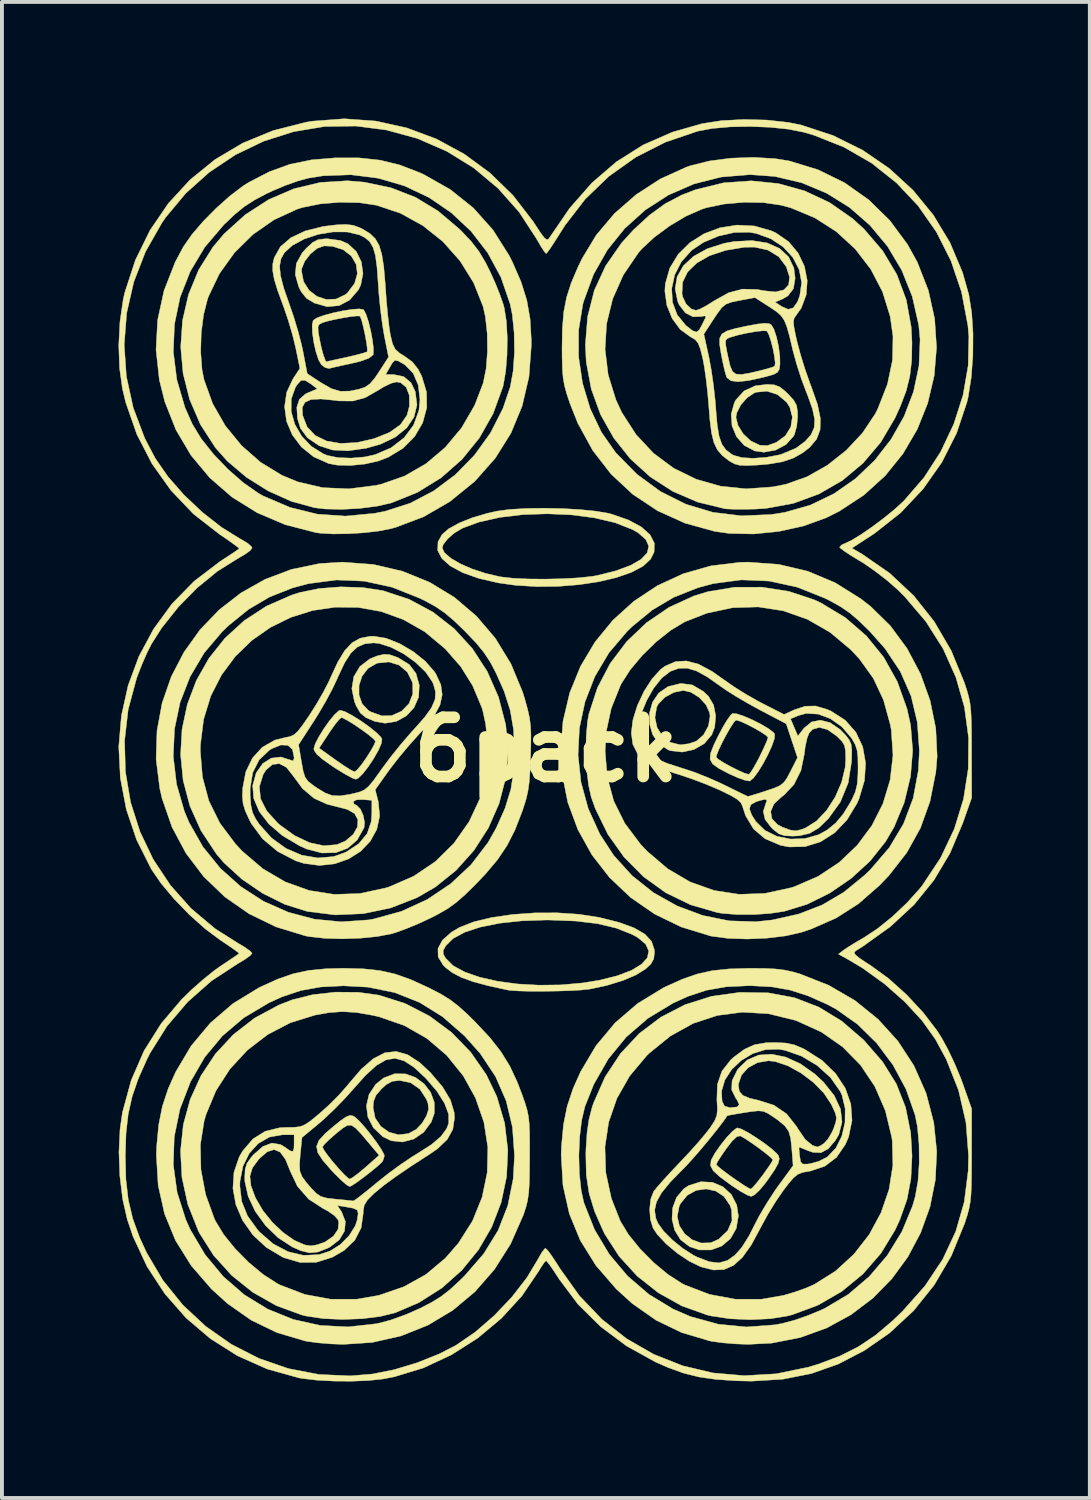
<source format=kicad_pcb>
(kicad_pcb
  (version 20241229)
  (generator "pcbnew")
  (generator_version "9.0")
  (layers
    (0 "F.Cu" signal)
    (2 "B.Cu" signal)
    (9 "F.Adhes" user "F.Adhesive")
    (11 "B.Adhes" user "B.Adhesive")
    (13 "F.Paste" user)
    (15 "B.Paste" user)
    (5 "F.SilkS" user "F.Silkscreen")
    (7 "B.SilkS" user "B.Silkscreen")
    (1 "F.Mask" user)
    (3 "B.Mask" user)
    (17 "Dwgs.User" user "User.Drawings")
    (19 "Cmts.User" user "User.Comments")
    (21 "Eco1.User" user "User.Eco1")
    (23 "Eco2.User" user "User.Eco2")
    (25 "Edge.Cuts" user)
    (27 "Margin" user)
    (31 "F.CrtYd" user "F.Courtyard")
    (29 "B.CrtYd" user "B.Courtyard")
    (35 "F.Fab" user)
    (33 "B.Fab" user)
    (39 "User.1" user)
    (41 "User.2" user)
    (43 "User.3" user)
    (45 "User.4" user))
  (footprint "6pack"
    (layer "F.Cu")
    (at 10.993 16.237)
    (property "Reference" "6pack" (at 0 0 0) (layer "F.SilkS") (effects (font (size 1.524 1.524) (thickness 0.3))))
    (attr through_hole)
    (fp_poly (pts (xy 4.286 11.129) (xy 4.555 11.243) (xy 4.771 11.442) (xy 4.91 11.712) (xy 4.953 11.994) (xy 4.898 12.316) (xy 4.748 12.579) (xy 4.525 12.768) (xy 4.251 12.869) (xy 3.948 12.869) (xy 3.699 12.786) (xy 3.465 12.607) (xy 3.313 12.362) (xy 3.245 12.079) (xy 3.249 12.006) (xy 3.38 12.006) (xy 3.435 12.247) (xy 3.571 12.454) (xy 3.765 12.608) (xy 3.996 12.691) (xy 4.241 12.684) (xy 4.447 12.592) (xy 4.677 12.373) (xy 4.788 12.119) (xy 4.777 11.84) (xy 4.739 11.725) (xy 4.583 11.493) (xy 4.367 11.352) (xy 4.119 11.3) (xy 3.866 11.337) (xy 3.638 11.462) (xy 3.463 11.676) (xy 3.429 11.749) (xy 3.38 12.006) (xy 3.249 12.006) (xy 3.261 11.788) (xy 3.361 11.518) (xy 3.546 11.297) (xy 3.677 11.211) (xy 3.986 11.114) (xy 4.286 11.129)) (stroke (width 0.01) (type solid)) (fill yes) (layer "F.SilkS"))
    (fp_poly (pts (xy -3.616 8.339) (xy -3.355 8.43) (xy -3.132 8.595) (xy -2.964 8.815) (xy -2.87 9.073) (xy -2.869 9.352) (xy -2.947 9.576) (xy -3.145 9.843) (xy -3.4 10.017) (xy -3.686 10.092) (xy -3.979 10.06) (xy -4.191 9.958) (xy -4.437 9.726) (xy -4.579 9.451) (xy -4.61 9.207) (xy -4.445 9.207) (xy -4.391 9.476) (xy -4.245 9.691) (xy -4.036 9.839) (xy -3.791 9.905) (xy -3.537 9.876) (xy -3.335 9.768) (xy -3.185 9.609) (xy -3.071 9.419) (xy -3.017 9.249) (xy -3.032 9.103) (xy -3.071 8.996) (xy -3.24 8.734) (xy -3.478 8.567) (xy -3.761 8.509) (xy -3.951 8.531) (xy -4.109 8.617) (xy -4.229 8.725) (xy -4.371 8.891) (xy -4.433 9.048) (xy -4.445 9.207) (xy -4.61 9.207) (xy -4.616 9.157) (xy -4.549 8.868) (xy -4.378 8.609) (xy -4.172 8.443) (xy -3.894 8.337) (xy -3.616 8.339)) (stroke (width 0.01) (type solid)) (fill yes) (layer "F.SilkS"))
    (fp_poly (pts (xy -5.287 -13.1) (xy -5.092 -13.016) (xy -4.878 -12.817) (xy -4.747 -12.55) (xy -4.705 -12.251) (xy -4.762 -11.956) (xy -4.823 -11.83) (xy -5.045 -11.571) (xy -5.318 -11.425) (xy -5.627 -11.397) (xy -5.956 -11.49) (xy -6.159 -11.613) (xy -6.295 -11.783) (xy -6.356 -11.904) (xy -6.447 -12.222) (xy -6.437 -12.322) (xy -6.287 -12.322) (xy -6.234 -12.044) (xy -6.093 -11.82) (xy -5.889 -11.662) (xy -5.649 -11.583) (xy -5.397 -11.594) (xy -5.159 -11.708) (xy -5.104 -11.754) (xy -4.921 -11.995) (xy -4.85 -12.247) (xy -4.881 -12.489) (xy -5.006 -12.701) (xy -5.212 -12.862) (xy -5.491 -12.951) (xy -5.705 -12.961) (xy -5.879 -12.9) (xy -6.056 -12.756) (xy -6.202 -12.569) (xy -6.281 -12.378) (xy -6.287 -12.322) (xy -6.437 -12.322) (xy -6.419 -12.51) (xy -6.268 -12.782) (xy -6.157 -12.906) (xy -5.998 -13.051) (xy -5.86 -13.122) (xy -5.684 -13.143) (xy -5.611 -13.144) (xy -5.287 -13.1)) (stroke (width 0.01) (type solid)) (fill yes) (layer "F.SilkS"))
    (fp_poly (pts (xy 3.77 -1.665) (xy 4.051 -1.5) (xy 4.184 -1.373) (xy 4.315 -1.15) (xy 4.369 -0.87) (xy 4.343 -0.58) (xy 4.269 -0.386) (xy 4.076 -0.157) (xy 3.809 -0.004) (xy 3.506 0.061) (xy 3.204 0.025) (xy 3.143 0.003) (xy 2.906 -0.157) (xy 2.747 -0.387) (xy 2.668 -0.661) (xy 2.667 -0.827) (xy 2.806 -0.827) (xy 2.862 -0.568) (xy 3.001 -0.346) (xy 3.203 -0.189) (xy 3.452 -0.127) (xy 3.465 -0.127) (xy 3.677 -0.154) (xy 3.868 -0.219) (xy 4.055 -0.38) (xy 4.182 -0.612) (xy 4.224 -0.864) (xy 4.214 -0.946) (xy 4.119 -1.156) (xy 3.945 -1.345) (xy 3.731 -1.479) (xy 3.538 -1.524) (xy 3.296 -1.476) (xy 3.066 -1.351) (xy 2.895 -1.179) (xy 2.851 -1.095) (xy 2.806 -0.827) (xy 2.667 -0.827) (xy 2.667 -0.95) (xy 2.745 -1.225) (xy 2.902 -1.458) (xy 3.138 -1.621) (xy 3.146 -1.625) (xy 3.471 -1.706) (xy 3.77 -1.665)) (stroke (width 0.01) (type solid)) (fill yes) (layer "F.SilkS"))
    (fp_poly (pts (xy -4.016 -2.445) (xy -3.833 -2.38) (xy -3.793 -2.363) (xy -3.515 -2.192) (xy -3.341 -1.963) (xy -3.257 -1.662) (xy -3.273 -1.354) (xy -3.391 -1.084) (xy -3.59 -0.869) (xy -3.846 -0.728) (xy -4.137 -0.681) (xy -4.398 -0.727) (xy -4.627 -0.824) (xy -4.773 -0.944) (xy -4.88 -1.128) (xy -4.925 -1.241) (xy -4.959 -1.407) (xy -4.807 -1.407) (xy -4.726 -1.181) (xy -4.561 -1.007) (xy -4.498 -0.971) (xy -4.217 -0.871) (xy -3.97 -0.876) (xy -3.721 -0.988) (xy -3.704 -0.998) (xy -3.521 -1.187) (xy -3.423 -1.437) (xy -3.427 -1.706) (xy -3.433 -1.733) (xy -3.565 -1.997) (xy -3.777 -2.177) (xy -4.042 -2.258) (xy -4.335 -2.227) (xy -4.351 -2.222) (xy -4.575 -2.092) (xy -4.728 -1.893) (xy -4.806 -1.655) (xy -4.807 -1.407) (xy -4.959 -1.407) (xy -4.992 -1.572) (xy -4.942 -1.878) (xy -4.785 -2.14) (xy -4.531 -2.336) (xy -4.34 -2.414) (xy -4.163 -2.455) (xy -4.016 -2.445)) (stroke (width 0.01) (type solid)) (fill yes) (layer "F.SilkS"))
    (fp_poly (pts (xy 5.878 -9.386) (xy 6.019 -9.332) (xy 6.167 -9.213) (xy 6.23 -9.151) (xy 6.376 -8.992) (xy 6.45 -8.858) (xy 6.475 -8.692) (xy 6.477 -8.574) (xy 6.454 -8.322) (xy 6.395 -8.111) (xy 6.373 -8.067) (xy 6.177 -7.85) (xy 5.908 -7.707) (xy 5.608 -7.653) (xy 5.375 -7.685) (xy 5.104 -7.827) (xy 4.905 -8.052) (xy 4.789 -8.33) (xy 4.773 -8.553) (xy 4.89 -8.553) (xy 4.941 -8.346) (xy 5.074 -8.13) (xy 5.257 -7.956) (xy 5.289 -7.935) (xy 5.505 -7.833) (xy 5.699 -7.824) (xy 5.928 -7.906) (xy 5.93 -7.907) (xy 6.161 -8.076) (xy 6.301 -8.303) (xy 6.341 -8.559) (xy 6.274 -8.814) (xy 6.187 -8.947) (xy 5.955 -9.138) (xy 5.686 -9.224) (xy 5.409 -9.196) (xy 5.359 -9.177) (xy 5.177 -9.055) (xy 5.016 -8.871) (xy 4.912 -8.67) (xy 4.89 -8.553) (xy 4.773 -8.553) (xy 4.767 -8.632) (xy 4.849 -8.928) (xy 4.887 -8.998) (xy 5.099 -9.23) (xy 5.389 -9.363) (xy 5.688 -9.398) (xy 5.878 -9.386)) (stroke (width 0.01) (type solid)) (fill yes) (layer "F.SilkS"))
    (fp_poly (pts (xy -5.167 -0.979) (xy -4.983 -0.882) (xy -4.768 -0.748) (xy -4.553 -0.596) (xy -4.369 -0.448) (xy -4.247 -0.327) (xy -4.216 -0.274) (xy -4.233 -0.158) (xy -4.311 0.019) (xy -4.429 0.227) (xy -4.568 0.436) (xy -4.706 0.614) (xy -4.826 0.732) (xy -4.889 0.761) (xy -4.982 0.728) (xy -5.15 0.638) (xy -5.364 0.508) (xy -5.477 0.435) (xy -5.735 0.254) (xy -5.893 0.118) (xy -5.963 0.013) (xy -5.969 -0.025) (xy -5.965 -0.041) (xy -5.833 -0.041) (xy -5.409 0.263) (xy -5.205 0.404) (xy -5.037 0.511) (xy -4.935 0.565) (xy -4.921 0.568) (xy -4.857 0.52) (xy -4.748 0.392) (xy -4.62 0.211) (xy -4.62 0.211) (xy -4.499 0.02) (xy -4.414 -0.134) (xy -4.383 -0.217) (xy -4.433 -0.278) (xy -4.56 -0.384) (xy -4.734 -0.512) (xy -4.923 -0.641) (xy -5.097 -0.749) (xy -5.224 -0.815) (xy -5.262 -0.826) (xy -5.321 -0.776) (xy -5.427 -0.646) (xy -5.557 -0.461) (xy -5.575 -0.433) (xy -5.833 -0.041) (xy -5.965 -0.041) (xy -5.934 -0.15) (xy -5.842 -0.33) (xy -5.715 -0.535) (xy -5.574 -0.736) (xy -5.438 -0.901) (xy -5.329 -1) (xy -5.289 -1.016) (xy -5.167 -0.979)) (stroke (width 0.01) (type solid)) (fill yes) (layer "F.SilkS"))
    (fp_poly (pts (xy -4.963 9.42) (xy -4.918 9.447) (xy -4.805 9.548) (xy -4.66 9.709) (xy -4.502 9.904) (xy -4.353 10.104) (xy -4.234 10.282) (xy -4.164 10.411) (xy -4.155 10.457) (xy -4.187 10.552) (xy -4.191 10.572) (xy -4.238 10.631) (xy -4.359 10.739) (xy -4.526 10.875) (xy -4.708 11.016) (xy -4.876 11.138) (xy -5.001 11.219) (xy -5.048 11.239) (xy -5.126 11.195) (xy -5.263 11.077) (xy -5.436 10.906) (xy -5.519 10.818) (xy -5.74 10.562) (xy -5.868 10.366) (xy -5.896 10.223) (xy -5.747 10.223) (xy -5.707 10.304) (xy -5.606 10.444) (xy -5.468 10.617) (xy -5.317 10.791) (xy -5.179 10.938) (xy -5.078 11.029) (xy -5.048 11.045) (xy -4.973 11.007) (xy -4.833 10.904) (xy -4.657 10.757) (xy -4.638 10.74) (xy -4.29 10.433) (xy -4.551 10.122) (xy -4.753 9.883) (xy -4.896 9.732) (xy -5.005 9.661) (xy -5.106 9.664) (xy -5.223 9.734) (xy -5.383 9.862) (xy -5.4 9.877) (xy -5.572 10.026) (xy -5.696 10.149) (xy -5.747 10.221) (xy -5.747 10.223) (xy -5.896 10.223) (xy -5.9 10.204) (xy -5.837 10.049) (xy -5.679 9.876) (xy -5.51 9.729) (xy -5.292 9.551) (xy -5.143 9.448) (xy -5.042 9.408) (xy -4.963 9.42)) (stroke (width 0.01) (type solid)) (fill yes) (layer "F.SilkS"))
    (fp_poly (pts (xy -4.695 -11.323) (xy -4.689 -11.318) (xy -4.628 -11.207) (xy -4.564 -11.012) (xy -4.505 -10.773) (xy -4.46 -10.528) (xy -4.435 -10.316) (xy -4.44 -10.176) (xy -4.448 -10.155) (xy -4.552 -10.072) (xy -4.777 -9.991) (xy -5.001 -9.937) (xy -5.244 -9.885) (xy -5.443 -9.84) (xy -5.562 -9.811) (xy -5.574 -9.807) (xy -5.675 -9.829) (xy -5.773 -9.901) (xy -5.847 -10.028) (xy -5.915 -10.235) (xy -5.971 -10.48) (xy -6.006 -10.725) (xy -6.011 -10.88) (xy -5.862 -10.88) (xy -5.856 -10.754) (xy -5.83 -10.602) (xy -5.785 -10.382) (xy -5.736 -10.193) (xy -5.715 -10.127) (xy -5.659 -9.981) (xy -5.147 -10.092) (xy -4.906 -10.148) (xy -4.716 -10.198) (xy -4.609 -10.234) (xy -4.597 -10.241) (xy -4.594 -10.314) (xy -4.614 -10.471) (xy -4.651 -10.672) (xy -4.696 -10.878) (xy -4.74 -11.049) (xy -4.778 -11.147) (xy -4.783 -11.154) (xy -4.857 -11.159) (xy -5.017 -11.142) (xy -5.226 -11.108) (xy -5.446 -11.065) (xy -5.639 -11.019) (xy -5.745 -10.986) (xy -5.828 -10.945) (xy -5.862 -10.88) (xy -6.011 -10.88) (xy -6.012 -10.928) (xy -5.986 -11.045) (xy -5.896 -11.106) (xy -5.717 -11.172) (xy -5.484 -11.236) (xy -5.232 -11.29) (xy -4.993 -11.327) (xy -4.803 -11.341) (xy -4.695 -11.323)) (stroke (width 0.01) (type solid)) (fill yes) (layer "F.SilkS"))
    (fp_poly (pts (xy 5.741 -10.962) (xy 5.797 -10.933) (xy 5.866 -10.82) (xy 5.932 -10.621) (xy 5.986 -10.377) (xy 6.019 -10.128) (xy 6.023 -9.915) (xy 6.022 -9.906) (xy 6.004 -9.786) (xy 5.961 -9.71) (xy 5.862 -9.656) (xy 5.678 -9.602) (xy 5.588 -9.579) (xy 5.212 -9.496) (xy 4.94 -9.467) (xy 4.76 -9.492) (xy 4.659 -9.571) (xy 4.643 -9.604) (xy 4.604 -9.739) (xy 4.555 -9.952) (xy 4.509 -10.181) (xy 4.471 -10.419) (xy 4.471 -10.521) (xy 4.624 -10.521) (xy 4.625 -10.424) (xy 4.656 -10.249) (xy 4.688 -10.102) (xy 4.74 -9.876) (xy 4.799 -9.734) (xy 4.889 -9.664) (xy 5.035 -9.654) (xy 5.261 -9.693) (xy 5.483 -9.745) (xy 5.686 -9.798) (xy 5.834 -9.843) (xy 5.888 -9.867) (xy 5.9 -9.951) (xy 5.881 -10.115) (xy 5.841 -10.32) (xy 5.788 -10.524) (xy 5.733 -10.688) (xy 5.684 -10.771) (xy 5.679 -10.774) (xy 5.575 -10.777) (xy 5.389 -10.756) (xy 5.162 -10.716) (xy 4.935 -10.665) (xy 4.748 -10.61) (xy 4.724 -10.602) (xy 4.657 -10.57) (xy 4.624 -10.521) (xy 4.471 -10.521) (xy 4.471 -10.584) (xy 4.528 -10.695) (xy 4.66 -10.774) (xy 4.883 -10.839) (xy 5.154 -10.897) (xy 5.439 -10.95) (xy 5.626 -10.971) (xy 5.741 -10.962)) (stroke (width 0.01) (type solid)) (fill yes) (layer "F.SilkS"))
    (fp_poly (pts (xy 4.911 -0.924) (xy 5.091 -0.864) (xy 5.31 -0.77) (xy 5.533 -0.657) (xy 5.727 -0.542) (xy 5.856 -0.444) (xy 5.887 -0.401) (xy 5.88 -0.288) (xy 5.817 -0.104) (xy 5.716 0.12) (xy 5.592 0.354) (xy 5.462 0.566) (xy 5.343 0.726) (xy 5.25 0.804) (xy 5.239 0.807) (xy 5.121 0.786) (xy 4.931 0.718) (xy 4.711 0.619) (xy 4.705 0.616) (xy 4.45 0.482) (xy 4.293 0.369) (xy 4.224 0.248) (xy 4.229 0.192) (xy 4.381 0.192) (xy 4.434 0.244) (xy 4.567 0.33) (xy 4.747 0.43) (xy 4.938 0.526) (xy 5.105 0.601) (xy 5.214 0.634) (xy 5.222 0.635) (xy 5.271 0.582) (xy 5.357 0.443) (xy 5.466 0.244) (xy 5.492 0.192) (xy 5.598 -0.026) (xy 5.677 -0.203) (xy 5.714 -0.306) (xy 5.715 -0.315) (xy 5.663 -0.37) (xy 5.53 -0.458) (xy 5.352 -0.561) (xy 5.163 -0.658) (xy 4.999 -0.732) (xy 4.894 -0.762) (xy 4.892 -0.762) (xy 4.839 -0.71) (xy 4.75 -0.574) (xy 4.643 -0.389) (xy 4.536 -0.185) (xy 4.446 0.004) (xy 4.391 0.145) (xy 4.381 0.192) (xy 4.229 0.192) (xy 4.237 0.091) (xy 4.323 -0.128) (xy 4.431 -0.35) (xy 4.558 -0.59) (xy 4.677 -0.785) (xy 4.77 -0.907) (xy 4.803 -0.933) (xy 4.911 -0.924)) (stroke (width 0.01) (type solid)) (fill yes) (layer "F.SilkS"))
    (fp_poly (pts (xy 5.028 9.758) (xy 5.197 9.846) (xy 5.404 9.975) (xy 5.617 10.121) (xy 5.807 10.267) (xy 5.942 10.39) (xy 5.985 10.444) (xy 6.005 10.528) (xy 5.976 10.642) (xy 5.888 10.804) (xy 5.731 11.034) (xy 5.639 11.16) (xy 5.496 11.332) (xy 5.366 11.453) (xy 5.283 11.493) (xy 5.183 11.458) (xy 5.013 11.364) (xy 4.804 11.228) (xy 4.729 11.175) (xy 4.468 10.981) (xy 4.305 10.832) (xy 4.235 10.7) (xy 4.238 10.671) (xy 4.381 10.671) (xy 4.43 10.723) (xy 4.554 10.823) (xy 4.726 10.951) (xy 4.913 11.083) (xy 5.088 11.2) (xy 5.219 11.28) (xy 5.272 11.303) (xy 5.327 11.256) (xy 5.434 11.131) (xy 5.569 10.957) (xy 5.577 10.946) (xy 5.708 10.763) (xy 5.803 10.622) (xy 5.84 10.55) (xy 5.84 10.549) (xy 5.791 10.494) (xy 5.667 10.392) (xy 5.498 10.263) (xy 5.314 10.131) (xy 5.146 10.018) (xy 5.024 9.945) (xy 5.001 9.935) (xy 4.912 9.955) (xy 4.785 10.076) (xy 4.642 10.261) (xy 4.513 10.448) (xy 4.42 10.594) (xy 4.382 10.669) (xy 4.381 10.671) (xy 4.238 10.671) (xy 4.251 10.559) (xy 4.347 10.383) (xy 4.489 10.18) (xy 4.648 9.978) (xy 4.795 9.822) (xy 4.904 9.737) (xy 4.926 9.729) (xy 5.028 9.758)) (stroke (width 0.01) (type solid)) (fill yes) (layer "F.SilkS"))
    (fp_poly (pts (xy 0.419 -6.204) (xy 0.876 -6.178) (xy 1.283 -6.137) (xy 1.606 -6.083) (xy 1.681 -6.064) (xy 2.121 -5.911) (xy 2.456 -5.731) (xy 2.681 -5.53) (xy 2.792 -5.312) (xy 2.784 -5.083) (xy 2.694 -4.902) (xy 2.501 -4.722) (xy 2.202 -4.563) (xy 1.814 -4.428) (xy 1.358 -4.321) (xy 0.852 -4.245) (xy 0.315 -4.202) (xy -0.233 -4.196) (xy -0.774 -4.229) (xy -1.215 -4.29) (xy -1.724 -4.407) (xy -2.141 -4.555) (xy -2.46 -4.728) (xy -2.677 -4.921) (xy -2.784 -5.129) (xy -2.781 -5.192) (xy -2.667 -5.192) (xy -2.608 -5.066) (xy -2.446 -4.927) (xy -2.203 -4.785) (xy -1.9 -4.652) (xy -1.559 -4.539) (xy -1.202 -4.455) (xy -1.158 -4.447) (xy -0.85 -4.412) (xy -0.457 -4.393) (xy -0.018 -4.389) (xy 0.428 -4.399) (xy 0.843 -4.422) (xy 1.189 -4.46) (xy 1.32 -4.482) (xy 1.803 -4.603) (xy 2.181 -4.743) (xy 2.449 -4.898) (xy 2.606 -5.064) (xy 2.647 -5.236) (xy 2.57 -5.41) (xy 2.371 -5.582) (xy 2.222 -5.667) (xy 1.779 -5.84) (xy 1.248 -5.965) (xy 0.658 -6.042) (xy 0.037 -6.069) (xy -0.586 -6.048) (xy -1.181 -5.977) (xy -1.72 -5.856) (xy -2.145 -5.7) (xy -2.35 -5.578) (xy -2.525 -5.427) (xy -2.64 -5.279) (xy -2.667 -5.192) (xy -2.781 -5.192) (xy -2.775 -5.347) (xy -2.67 -5.537) (xy -2.5 -5.684) (xy -2.231 -5.832) (xy -1.89 -5.969) (xy -1.505 -6.083) (xy -1.254 -6.139) (xy -0.925 -6.182) (xy -0.515 -6.206) (xy -0.056 -6.213) (xy 0.419 -6.204)) (stroke (width 0.01) (type solid)) (fill yes) (layer "F.SilkS"))
    (fp_poly (pts (xy 0.847 4.233) (xy 1.362 4.312) (xy 1.365 4.313) (xy 1.876 4.44) (xy 2.267 4.582) (xy 2.546 4.744) (xy 2.718 4.929) (xy 2.79 5.143) (xy 2.794 5.208) (xy 2.775 5.381) (xy 2.7 5.515) (xy 2.564 5.641) (xy 2.321 5.793) (xy 1.983 5.937) (xy 1.581 6.061) (xy 1.148 6.155) (xy 1.111 6.161) (xy 0.913 6.182) (xy 0.631 6.198) (xy 0.298 6.209) (xy -0.054 6.214) (xy -0.394 6.214) (xy -0.689 6.207) (xy -0.907 6.193) (xy -0.984 6.182) (xy -1.482 6.073) (xy -1.873 5.967) (xy -2.174 5.858) (xy -2.404 5.739) (xy -2.582 5.603) (xy -2.643 5.542) (xy -2.771 5.331) (xy -2.775 5.169) (xy -2.643 5.169) (xy -2.636 5.265) (xy -2.578 5.365) (xy -2.386 5.556) (xy -2.086 5.719) (xy -1.698 5.854) (xy -1.239 5.957) (xy -0.727 6.026) (xy -0.18 6.057) (xy 0.384 6.05) (xy 0.947 6) (xy 1.383 5.929) (xy 1.844 5.813) (xy 2.206 5.674) (xy 2.462 5.518) (xy 2.611 5.351) (xy 2.647 5.177) (xy 2.567 5.002) (xy 2.366 4.833) (xy 2.221 4.753) (xy 1.811 4.59) (xy 1.333 4.476) (xy 0.771 4.408) (xy 0.106 4.382) (xy 0.007 4.381) (xy -0.623 4.403) (xy -1.19 4.464) (xy -1.681 4.562) (xy -2.084 4.694) (xy -2.387 4.857) (xy -2.574 5.042) (xy -2.643 5.169) (xy -2.775 5.169) (xy -2.776 5.114) (xy -2.661 4.9) (xy -2.431 4.695) (xy -2.219 4.57) (xy -1.852 4.427) (xy -1.389 4.316) (xy -0.86 4.239) (xy -0.292 4.198) (xy 0.286 4.196) (xy 0.847 4.233)) (stroke (width 0.01) (type solid)) (fill yes) (layer "F.SilkS"))
    (fp_poly (pts (xy -4.82 6.241) (xy -4.294 6.314) (xy -3.621 6.528) (xy -2.993 6.852) (xy -2.426 7.273) (xy -1.934 7.781) (xy -1.531 8.361) (xy -1.263 8.92) (xy -1.06 9.607) (xy -0.978 10.299) (xy -1.01 10.983) (xy -1.15 11.647) (xy -1.392 12.278) (xy -1.731 12.863) (xy -2.161 13.391) (xy -2.676 13.849) (xy -3.269 14.225) (xy -3.873 14.484) (xy -4.265 14.581) (xy -4.734 14.639) (xy -5.236 14.657) (xy -5.727 14.635) (xy -6.164 14.57) (xy -6.273 14.544) (xy -6.928 14.305) (xy -7.537 13.961) (xy -8.082 13.525) (xy -8.546 13.012) (xy -8.912 12.436) (xy -8.941 12.378) (xy -9.211 11.698) (xy -9.362 11.007) (xy -9.399 10.319) (xy -9.382 10.162) (xy -8.888 10.162) (xy -8.874 10.8) (xy -8.753 11.442) (xy -8.53 12.061) (xy -8.498 12.129) (xy -8.287 12.475) (xy -7.991 12.84) (xy -7.641 13.193) (xy -7.269 13.502) (xy -6.905 13.736) (xy -6.842 13.768) (xy -6.202 14.013) (xy -5.541 14.136) (xy -4.87 14.136) (xy -4.302 14.038) (xy -3.654 13.816) (xy -3.086 13.5) (xy -2.588 13.082) (xy -2.252 12.697) (xy -1.889 12.126) (xy -1.641 11.514) (xy -1.509 10.878) (xy -1.493 10.23) (xy -1.594 9.584) (xy -1.812 8.956) (xy -2.124 8.392) (xy -2.552 7.862) (xy -3.061 7.428) (xy -3.643 7.096) (xy -4.292 6.87) (xy -4.465 6.831) (xy -4.88 6.76) (xy -5.235 6.738) (xy -5.59 6.765) (xy -5.937 6.827) (xy -6.571 7.023) (xy -7.156 7.328) (xy -7.679 7.729) (xy -8.127 8.214) (xy -8.486 8.77) (xy -8.742 9.383) (xy -8.792 9.556) (xy -8.888 10.162) (xy -9.382 10.162) (xy -9.327 9.644) (xy -9.15 8.996) (xy -8.873 8.386) (xy -8.502 7.826) (xy -8.04 7.328) (xy -7.494 6.904) (xy -6.868 6.567) (xy -6.53 6.435) (xy -5.999 6.302) (xy -5.412 6.236) (xy -4.82 6.241)) (stroke (width 0.01) (type solid)) (fill yes) (layer "F.SilkS"))
    (fp_poly (pts (xy -4.712 -4.172) (xy -4.199 -4.094) (xy -4.192 -4.092) (xy -3.52 -3.871) (xy -2.907 -3.542) (xy -2.361 -3.116) (xy -1.891 -2.603) (xy -1.507 -2.012) (xy -1.218 -1.354) (xy -1.031 -0.637) (xy -1.031 -0.636) (xy -0.973 0.048) (xy -1.033 0.727) (xy -1.204 1.387) (xy -1.479 2.013) (xy -1.849 2.589) (xy -2.308 3.102) (xy -2.846 3.535) (xy -3.314 3.806) (xy -3.987 4.069) (xy -4.697 4.218) (xy -5.419 4.25) (xy -6.132 4.161) (xy -6.145 4.158) (xy -6.717 3.978) (xy -7.286 3.695) (xy -7.82 3.331) (xy -8.283 2.908) (xy -8.474 2.685) (xy -8.873 2.082) (xy -9.158 1.447) (xy -9.331 0.793) (xy -9.397 0.131) (xy -9.392 0.032) (xy -8.89 0.032) (xy -8.835 0.701) (xy -8.669 1.317) (xy -8.386 1.889) (xy -7.984 2.425) (xy -7.811 2.61) (xy -7.28 3.063) (xy -6.703 3.401) (xy -6.088 3.621) (xy -5.444 3.722) (xy -4.782 3.699) (xy -4.109 3.553) (xy -4.031 3.528) (xy -3.402 3.254) (xy -2.845 2.879) (xy -2.367 2.409) (xy -1.976 1.853) (xy -1.679 1.218) (xy -1.603 0.993) (xy -1.532 0.644) (xy -1.5 0.221) (xy -1.506 -0.229) (xy -1.549 -0.661) (xy -1.629 -1.028) (xy -1.646 -1.079) (xy -1.884 -1.647) (xy -2.189 -2.136) (xy -2.585 -2.59) (xy -2.599 -2.603) (xy -3.113 -3.032) (xy -3.664 -3.347) (xy -4.239 -3.555) (xy -4.828 -3.66) (xy -5.418 -3.667) (xy -5.999 -3.581) (xy -6.558 -3.406) (xy -7.083 -3.148) (xy -7.564 -2.812) (xy -7.988 -2.402) (xy -8.344 -1.923) (xy -8.621 -1.381) (xy -8.805 -0.779) (xy -8.887 -0.124) (xy -8.89 0.032) (xy -9.392 0.032) (xy -9.36 -0.526) (xy -9.224 -1.167) (xy -8.993 -1.778) (xy -8.67 -2.349) (xy -8.259 -2.866) (xy -7.764 -3.319) (xy -7.19 -3.694) (xy -6.539 -3.979) (xy -6.328 -4.046) (xy -5.83 -4.147) (xy -5.274 -4.19) (xy -4.712 -4.172)) (stroke (width 0.01) (type solid)) (fill yes) (layer "F.SilkS"))
    (fp_poly (pts (xy 6.249 -4.074) (xy 6.902 -3.858) (xy 7.08 -3.775) (xy 7.706 -3.397) (xy 8.245 -2.929) (xy 8.692 -2.378) (xy 9.042 -1.75) (xy 9.291 -1.052) (xy 9.383 -0.636) (xy 9.437 0.018) (xy 9.381 0.692) (xy 9.22 1.358) (xy 8.96 1.987) (xy 8.74 2.364) (xy 8.341 2.864) (xy 7.853 3.312) (xy 7.302 3.69) (xy 6.715 3.979) (xy 6.128 4.159) (xy 5.762 4.213) (xy 5.342 4.241) (xy 4.919 4.24) (xy 4.545 4.211) (xy 4.413 4.19) (xy 3.722 3.99) (xy 3.085 3.68) (xy 2.512 3.268) (xy 2.012 2.764) (xy 1.595 2.177) (xy 1.272 1.516) (xy 1.168 1.224) (xy 1.098 0.912) (xy 1.052 0.518) (xy 1.032 0.085) (xy 1.032 0.032) (xy 1.524 0.032) (xy 1.579 0.701) (xy 1.745 1.317) (xy 2.028 1.889) (xy 2.43 2.425) (xy 2.603 2.61) (xy 3.135 3.064) (xy 3.712 3.402) (xy 4.328 3.621) (xy 4.973 3.72) (xy 5.639 3.696) (xy 6.316 3.548) (xy 6.39 3.524) (xy 7.002 3.259) (xy 7.545 2.9) (xy 8.01 2.458) (xy 8.388 1.949) (xy 8.673 1.384) (xy 8.856 0.778) (xy 8.93 0.144) (xy 8.886 -0.505) (xy 8.862 -0.639) (xy 8.686 -1.278) (xy 8.425 -1.835) (xy 8.068 -2.333) (xy 7.851 -2.567) (xy 7.313 -3.018) (xy 6.729 -3.354) (xy 6.108 -3.573) (xy 5.463 -3.673) (xy 4.803 -3.653) (xy 4.139 -3.511) (xy 3.572 -3.289) (xy 3.213 -3.073) (xy 2.837 -2.775) (xy 2.479 -2.425) (xy 2.17 -2.056) (xy 1.941 -1.699) (xy 1.917 -1.651) (xy 1.68 -1.057) (xy 1.553 -0.464) (xy 1.524 0.032) (xy 1.032 0.032) (xy 1.038 -0.345) (xy 1.072 -0.728) (xy 1.107 -0.921) (xy 1.328 -1.598) (xy 1.656 -2.222) (xy 2.08 -2.783) (xy 2.587 -3.266) (xy 3.165 -3.661) (xy 3.803 -3.954) (xy 4.166 -4.066) (xy 4.855 -4.18) (xy 5.558 -4.182) (xy 6.249 -4.074)) (stroke (width 0.01) (type solid)) (fill yes) (layer "F.SilkS"))
    (fp_poly (pts (xy 5.982 -14.565) (xy 6.658 -14.377) (xy 7.299 -14.076) (xy 7.89 -13.664) (xy 8.186 -13.394) (xy 8.666 -12.833) (xy 9.028 -12.227) (xy 9.272 -11.573) (xy 9.399 -10.87) (xy 9.419 -10.477) (xy 9.41 -10.009) (xy 9.364 -9.612) (xy 9.272 -9.239) (xy 9.123 -8.844) (xy 8.98 -8.529) (xy 8.615 -7.909) (xy 8.16 -7.372) (xy 7.627 -6.926) (xy 7.025 -6.579) (xy 6.367 -6.337) (xy 5.663 -6.208) (xy 5.397 -6.191) (xy 5.11 -6.185) (xy 4.85 -6.186) (xy 4.658 -6.194) (xy 4.604 -6.2) (xy 3.907 -6.369) (xy 3.264 -6.646) (xy 2.683 -7.021) (xy 2.174 -7.482) (xy 1.746 -8.019) (xy 1.407 -8.621) (xy 1.168 -9.277) (xy 1.038 -9.976) (xy 1.022 -10.301) (xy 1.523 -10.301) (xy 1.603 -9.644) (xy 1.803 -8.999) (xy 1.954 -8.675) (xy 2.321 -8.106) (xy 2.77 -7.626) (xy 3.29 -7.241) (xy 3.868 -6.958) (xy 4.494 -6.78) (xy 5.153 -6.712) (xy 5.836 -6.762) (xy 6.174 -6.829) (xy 6.716 -7.021) (xy 7.243 -7.319) (xy 7.728 -7.703) (xy 8.147 -8.151) (xy 8.475 -8.643) (xy 8.54 -8.772) (xy 8.788 -9.406) (xy 8.917 -10.022) (xy 8.93 -10.638) (xy 8.858 -11.144) (xy 8.662 -11.779) (xy 8.357 -12.363) (xy 7.956 -12.884) (xy 7.471 -13.329) (xy 6.915 -13.685) (xy 6.301 -13.94) (xy 6.048 -14.009) (xy 5.601 -14.074) (xy 5.097 -14.083) (xy 4.589 -14.038) (xy 4.13 -13.943) (xy 4.01 -13.904) (xy 3.605 -13.726) (xy 3.185 -13.476) (xy 2.791 -13.185) (xy 2.464 -12.881) (xy 2.38 -12.783) (xy 1.992 -12.212) (xy 1.719 -11.599) (xy 1.562 -10.957) (xy 1.523 -10.301) (xy 1.022 -10.301) (xy 1.016 -10.414) (xy 1.074 -11.142) (xy 1.247 -11.82) (xy 1.539 -12.451) (xy 1.949 -13.039) (xy 2.251 -13.371) (xy 2.668 -13.755) (xy 3.07 -14.047) (xy 3.493 -14.27) (xy 3.862 -14.411) (xy 4.571 -14.584) (xy 5.282 -14.635) (xy 5.982 -14.565)) (stroke (width 0.01) (type solid)) (fill yes) (layer "F.SilkS"))
    (fp_poly (pts (xy 5.719 6.254) (xy 6.393 6.379) (xy 7.02 6.62) (xy 7.609 6.979) (xy 8.167 7.46) (xy 8.193 7.487) (xy 8.664 8.03) (xy 9.016 8.596) (xy 9.254 9.201) (xy 9.386 9.86) (xy 9.42 10.446) (xy 9.391 11.038) (xy 9.291 11.568) (xy 9.108 12.088) (xy 8.987 12.351) (xy 8.62 12.956) (xy 8.156 13.489) (xy 7.61 13.938) (xy 6.997 14.292) (xy 6.332 14.538) (xy 6.219 14.567) (xy 5.772 14.639) (xy 5.261 14.663) (xy 4.74 14.64) (xy 4.262 14.569) (xy 4.141 14.54) (xy 3.496 14.309) (xy 2.892 13.971) (xy 2.349 13.541) (xy 1.885 13.034) (xy 1.518 12.466) (xy 1.476 12.383) (xy 1.254 11.879) (xy 1.112 11.413) (xy 1.04 10.937) (xy 1.028 10.402) (xy 1.033 10.255) (xy 1.035 10.223) (xy 1.52 10.223) (xy 1.542 10.881) (xy 1.685 11.543) (xy 1.916 12.129) (xy 2.127 12.475) (xy 2.423 12.84) (xy 2.773 13.193) (xy 3.145 13.502) (xy 3.509 13.736) (xy 3.572 13.768) (xy 4.212 14.013) (xy 4.873 14.136) (xy 5.544 14.136) (xy 6.112 14.038) (xy 6.397 13.954) (xy 6.682 13.853) (xy 6.903 13.757) (xy 7.449 13.414) (xy 7.923 12.98) (xy 8.317 12.475) (xy 8.621 11.913) (xy 8.828 11.313) (xy 8.927 10.69) (xy 8.911 10.063) (xy 8.899 9.975) (xy 8.734 9.288) (xy 8.464 8.665) (xy 8.096 8.115) (xy 7.635 7.646) (xy 7.088 7.264) (xy 6.462 6.979) (xy 6.398 6.957) (xy 5.723 6.792) (xy 5.057 6.753) (xy 4.41 6.837) (xy 3.79 7.041) (xy 3.203 7.366) (xy 2.66 7.807) (xy 2.597 7.868) (xy 2.156 8.394) (xy 1.828 8.969) (xy 1.616 9.582) (xy 1.52 10.223) (xy 1.035 10.223) (xy 1.06 9.846) (xy 1.108 9.516) (xy 1.184 9.218) (xy 1.225 9.091) (xy 1.525 8.414) (xy 1.921 7.815) (xy 2.401 7.301) (xy 2.958 6.88) (xy 3.582 6.558) (xy 4.263 6.343) (xy 4.991 6.242) (xy 5.719 6.254)) (stroke (width 0.01) (type solid)) (fill yes) (layer "F.SilkS"))
    (fp_poly (pts (xy 5.992 -4.768) (xy 6.737 -4.592) (xy 7.44 -4.297) (xy 8.105 -3.881) (xy 8.353 -3.687) (xy 8.863 -3.187) (xy 9.293 -2.603) (xy 9.636 -1.955) (xy 9.885 -1.263) (xy 10.031 -0.549) (xy 10.066 0.169) (xy 10.033 0.571) (xy 9.882 1.331) (xy 9.636 2.016) (xy 9.286 2.646) (xy 8.823 3.239) (xy 8.579 3.494) (xy 8.04 3.965) (xy 7.467 4.331) (xy 6.826 4.613) (xy 6.572 4.698) (xy 6.168 4.79) (xy 5.689 4.848) (xy 5.181 4.87) (xy 4.691 4.854) (xy 4.268 4.798) (xy 4.227 4.789) (xy 3.481 4.56) (xy 2.795 4.227) (xy 2.178 3.8) (xy 1.639 3.289) (xy 1.184 2.705) (xy 0.824 2.057) (xy 0.564 1.356) (xy 0.416 0.612) (xy 0.387 0.137) (xy 0.828 0.137) (xy 0.903 0.832) (xy 1.09 1.515) (xy 1.389 2.173) (xy 1.744 2.717) (xy 2.216 3.239) (xy 2.766 3.676) (xy 3.379 4.02) (xy 4.035 4.264) (xy 4.717 4.402) (xy 5.409 4.424) (xy 5.822 4.38) (xy 6.504 4.227) (xy 7.109 3.993) (xy 7.664 3.666) (xy 8.197 3.23) (xy 8.353 3.08) (xy 8.835 2.518) (xy 9.2 1.907) (xy 9.45 1.245) (xy 9.583 0.531) (xy 9.609 0.032) (xy 9.556 -0.704) (xy 9.395 -1.382) (xy 9.119 -2.011) (xy 8.725 -2.602) (xy 8.325 -3.052) (xy 8.051 -3.319) (xy 7.818 -3.517) (xy 7.588 -3.676) (xy 7.319 -3.826) (xy 7.176 -3.898) (xy 6.466 -4.181) (xy 5.749 -4.338) (xy 5.027 -4.369) (xy 4.304 -4.273) (xy 3.905 -4.165) (xy 3.29 -3.921) (xy 2.737 -3.594) (xy 2.214 -3.164) (xy 2.094 -3.048) (xy 1.624 -2.495) (xy 1.262 -1.887) (xy 1.008 -1.236) (xy 0.863 -0.557) (xy 0.828 0.137) (xy 0.387 0.137) (xy 0.381 0.032) (xy 0.441 -0.735) (xy 0.614 -1.465) (xy 0.892 -2.147) (xy 1.265 -2.772) (xy 1.724 -3.332) (xy 2.26 -3.817) (xy 2.864 -4.218) (xy 3.526 -4.525) (xy 4.238 -4.729) (xy 4.989 -4.821) (xy 5.2 -4.826) (xy 5.992 -4.768)) (stroke (width 0.01) (type solid)) (fill yes) (layer "F.SilkS"))
    (fp_poly (pts (xy -4.674 -14.601) (xy -3.982 -14.456) (xy -3.355 -14.212) (xy -2.774 -13.86) (xy -2.222 -13.392) (xy -2.181 -13.352) (xy -1.919 -13.075) (xy -1.721 -12.818) (xy -1.549 -12.528) (xy -1.437 -12.304) (xy -1.304 -12.01) (xy -1.185 -11.713) (xy -1.097 -11.461) (xy -1.071 -11.367) (xy -1.017 -11.026) (xy -0.993 -10.609) (xy -0.999 -10.165) (xy -1.033 -9.739) (xy -1.095 -9.38) (xy -1.106 -9.336) (xy -1.356 -8.647) (xy -1.71 -8.021) (xy -2.159 -7.467) (xy -2.693 -6.997) (xy -3.301 -6.621) (xy -3.969 -6.351) (xy -4.342 -6.265) (xy -4.785 -6.208) (xy -5.248 -6.183) (xy -5.68 -6.193) (xy -5.947 -6.225) (xy -6.547 -6.389) (xy -7.143 -6.656) (xy -7.702 -7.007) (xy -8.193 -7.422) (xy -8.499 -7.766) (xy -8.887 -8.366) (xy -9.164 -9.009) (xy -9.333 -9.68) (xy -9.383 -10.234) (xy -8.88 -10.234) (xy -8.846 -9.779) (xy -8.796 -9.525) (xy -8.574 -8.907) (xy -8.247 -8.335) (xy -7.831 -7.826) (xy -7.34 -7.395) (xy -6.789 -7.059) (xy -6.382 -6.891) (xy -5.742 -6.742) (xy -5.068 -6.712) (xy -4.373 -6.8) (xy -4.24 -6.83) (xy -3.636 -7.04) (xy -3.082 -7.359) (xy -2.589 -7.777) (xy -2.168 -8.281) (xy -1.832 -8.86) (xy -1.612 -9.433) (xy -1.537 -9.803) (xy -1.503 -10.244) (xy -1.509 -10.705) (xy -1.556 -11.135) (xy -1.614 -11.398) (xy -1.858 -12.012) (xy -2.207 -12.573) (xy -2.646 -13.068) (xy -3.162 -13.481) (xy -3.738 -13.799) (xy -4.357 -14.007) (xy -4.803 -14.073) (xy -5.305 -14.083) (xy -5.81 -14.041) (xy -6.267 -13.948) (xy -6.396 -13.907) (xy -6.993 -13.633) (xy -7.537 -13.254) (xy -8.011 -12.786) (xy -8.398 -12.247) (xy -8.682 -11.654) (xy -8.701 -11.603) (xy -8.805 -11.196) (xy -8.866 -10.723) (xy -8.88 -10.234) (xy -9.383 -10.234) (xy -9.394 -10.364) (xy -9.347 -11.046) (xy -9.193 -11.711) (xy -8.933 -12.343) (xy -8.567 -12.929) (xy -8.28 -13.27) (xy -7.732 -13.765) (xy -7.129 -14.154) (xy -6.482 -14.432) (xy -5.805 -14.594) (xy -5.108 -14.637) (xy -4.674 -14.601)) (stroke (width 0.01) (type solid)) (fill yes) (layer "F.SilkS"))
    (fp_poly (pts (xy 5.898 -15.206) (xy 6.262 -15.147) (xy 7.001 -14.921) (xy 7.686 -14.585) (xy 8.305 -14.147) (xy 8.848 -13.615) (xy 9.304 -12.999) (xy 9.557 -12.541) (xy 9.839 -11.82) (xy 10.002 -11.085) (xy 10.051 -10.347) (xy 9.99 -9.619) (xy 9.823 -8.913) (xy 9.554 -8.241) (xy 9.188 -7.616) (xy 8.729 -7.048) (xy 8.182 -6.551) (xy 7.55 -6.136) (xy 7.213 -5.967) (xy 6.634 -5.757) (xy 5.997 -5.616) (xy 5.344 -5.55) (xy 4.715 -5.564) (xy 4.35 -5.615) (xy 3.575 -5.829) (xy 2.868 -6.15) (xy 2.234 -6.571) (xy 1.678 -7.089) (xy 1.206 -7.698) (xy 0.824 -8.394) (xy 0.625 -8.893) (xy 0.539 -9.149) (xy 0.481 -9.358) (xy 0.445 -9.556) (xy 0.426 -9.781) (xy 0.418 -10.068) (xy 0.417 -10.112) (xy 0.842 -10.112) (xy 0.943 -9.43) (xy 1.141 -8.773) (xy 1.43 -8.166) (xy 1.8 -7.638) (xy 2.347 -7.083) (xy 2.95 -6.642) (xy 3.602 -6.316) (xy 4.298 -6.107) (xy 5.031 -6.018) (xy 5.795 -6.051) (xy 6.142 -6.105) (xy 6.8 -6.292) (xy 7.412 -6.587) (xy 7.969 -6.976) (xy 8.462 -7.447) (xy 8.881 -7.986) (xy 9.217 -8.579) (xy 9.459 -9.214) (xy 9.599 -9.877) (xy 9.627 -10.554) (xy 9.592 -10.926) (xy 9.426 -11.658) (xy 9.155 -12.335) (xy 8.79 -12.948) (xy 8.34 -13.488) (xy 7.816 -13.947) (xy 7.226 -14.315) (xy 6.581 -14.585) (xy 5.89 -14.748) (xy 5.244 -14.794) (xy 4.507 -14.732) (xy 3.806 -14.554) (xy 3.151 -14.268) (xy 2.555 -13.884) (xy 2.028 -13.409) (xy 1.581 -12.854) (xy 1.225 -12.225) (xy 0.971 -11.533) (xy 0.95 -11.454) (xy 0.843 -10.795) (xy 0.842 -10.112) (xy 0.417 -10.112) (xy 0.416 -10.351) (xy 0.425 -10.852) (xy 0.461 -11.269) (xy 0.534 -11.64) (xy 0.651 -12.007) (xy 0.823 -12.41) (xy 0.93 -12.633) (xy 1.296 -13.239) (xy 1.765 -13.794) (xy 2.321 -14.28) (xy 2.944 -14.684) (xy 3.617 -14.989) (xy 3.715 -15.023) (xy 4.201 -15.145) (xy 4.759 -15.218) (xy 5.34 -15.239) (xy 5.898 -15.206)) (stroke (width 0.01) (type solid)) (fill yes) (layer "F.SilkS"))
    (fp_poly (pts (xy -4.803 -15.225) (xy -4.264 -15.167) (xy -3.761 -15.044) (xy -3.253 -14.849) (xy -3.143 -14.799) (xy -2.459 -14.412) (xy -1.865 -13.937) (xy -1.361 -13.372) (xy -0.946 -12.716) (xy -0.858 -12.541) (xy -0.637 -12.032) (xy -0.49 -11.562) (xy -0.406 -11.082) (xy -0.375 -10.542) (xy -0.375 -10.394) (xy -0.435 -9.592) (xy -0.61 -8.841) (xy -0.899 -8.143) (xy -1.299 -7.503) (xy -1.809 -6.926) (xy -1.853 -6.884) (xy -2.474 -6.38) (xy -3.143 -5.993) (xy -3.864 -5.72) (xy -3.993 -5.685) (xy -4.302 -5.625) (xy -4.68 -5.581) (xy -5.085 -5.556) (xy -5.472 -5.551) (xy -5.798 -5.569) (xy -5.916 -5.585) (xy -6.706 -5.789) (xy -7.429 -6.097) (xy -8.078 -6.501) (xy -8.647 -6.996) (xy -9.129 -7.573) (xy -9.516 -8.227) (xy -9.803 -8.95) (xy -9.944 -9.515) (xy -10.023 -10.236) (xy -9.584 -10.236) (xy -9.494 -9.518) (xy -9.285 -8.806) (xy -9.098 -8.382) (xy -8.867 -8.002) (xy -8.55 -7.603) (xy -8.178 -7.215) (xy -7.784 -6.87) (xy -7.396 -6.598) (xy -7.271 -6.528) (xy -6.579 -6.232) (xy -5.878 -6.06) (xy -5.159 -6.01) (xy -4.41 -6.081) (xy -4.139 -6.134) (xy -3.493 -6.341) (xy -2.885 -6.659) (xy -2.329 -7.075) (xy -1.838 -7.577) (xy -1.424 -8.151) (xy -1.102 -8.785) (xy -0.916 -9.335) (xy -0.842 -9.743) (xy -0.808 -10.222) (xy -0.816 -10.721) (xy -0.864 -11.191) (xy -0.918 -11.462) (xy -1.156 -12.154) (xy -1.496 -12.782) (xy -1.926 -13.339) (xy -2.435 -13.816) (xy -3.009 -14.207) (xy -3.639 -14.505) (xy -4.312 -14.702) (xy -5.016 -14.791) (xy -5.74 -14.764) (xy -6.128 -14.701) (xy -6.385 -14.629) (xy -6.702 -14.516) (xy -7.026 -14.38) (xy -7.174 -14.311) (xy -7.496 -14.141) (xy -7.758 -13.972) (xy -8.007 -13.769) (xy -8.289 -13.501) (xy -8.291 -13.498) (xy -8.775 -12.929) (xy -9.148 -12.306) (xy -9.409 -11.642) (xy -9.554 -10.948) (xy -9.584 -10.236) (xy -10.023 -10.236) (xy -10.029 -10.287) (xy -9.988 -11.055) (xy -9.823 -11.811) (xy -9.535 -12.547) (xy -9.325 -12.94) (xy -9.113 -13.245) (xy -8.823 -13.585) (xy -8.485 -13.927) (xy -8.133 -14.242) (xy -7.796 -14.499) (xy -7.652 -14.591) (xy -7.113 -14.87) (xy -6.584 -15.061) (xy -6.023 -15.176) (xy -5.418 -15.226) (xy -4.803 -15.225)) (stroke (width 0.01) (type solid)) (fill yes) (layer "F.SilkS"))
    (fp_poly (pts (xy 5.617 5.626) (xy 5.905 5.64) (xy 6.141 5.669) (xy 6.361 5.717) (xy 6.54 5.769) (xy 7.279 6.061) (xy 7.951 6.452) (xy 8.546 6.933) (xy 9.056 7.495) (xy 9.469 8.129) (xy 9.778 8.826) (xy 9.785 8.846) (xy 9.98 9.595) (xy 10.056 10.337) (xy 10.021 11.063) (xy 9.881 11.764) (xy 9.642 12.428) (xy 9.313 13.048) (xy 8.9 13.612) (xy 8.409 14.112) (xy 7.848 14.537) (xy 7.224 14.877) (xy 6.544 15.123) (xy 5.814 15.266) (xy 5.207 15.298) (xy 4.885 15.286) (xy 4.557 15.259) (xy 4.281 15.222) (xy 4.214 15.209) (xy 3.493 14.995) (xy 2.833 14.676) (xy 2.219 14.245) (xy 1.811 13.874) (xy 1.289 13.271) (xy 0.887 12.627) (xy 0.604 11.94) (xy 0.44 11.208) (xy 0.394 10.436) (xy 0.849 10.436) (xy 0.862 10.908) (xy 0.908 11.337) (xy 0.977 11.652) (xy 1.253 12.347) (xy 1.631 12.98) (xy 2.101 13.539) (xy 2.652 14.013) (xy 3.274 14.39) (xy 3.722 14.583) (xy 4.439 14.78) (xy 5.159 14.85) (xy 5.891 14.795) (xy 6.083 14.76) (xy 6.386 14.679) (xy 6.743 14.555) (xy 7.097 14.408) (xy 7.176 14.371) (xy 7.777 14.014) (xy 8.317 13.555) (xy 8.781 13.012) (xy 9.158 12.4) (xy 9.433 11.736) (xy 9.503 11.493) (xy 9.573 11.098) (xy 9.605 10.633) (xy 9.6 10.148) (xy 9.558 9.695) (xy 9.499 9.398) (xy 9.265 8.734) (xy 8.93 8.111) (xy 8.509 7.547) (xy 8.016 7.062) (xy 7.465 6.673) (xy 7.239 6.552) (xy 6.739 6.33) (xy 6.283 6.184) (xy 5.823 6.102) (xy 5.308 6.073) (xy 5.207 6.072) (xy 4.636 6.1) (xy 4.132 6.188) (xy 3.647 6.348) (xy 3.273 6.519) (xy 2.626 6.91) (xy 2.07 7.389) (xy 1.606 7.955) (xy 1.232 8.609) (xy 1.004 9.181) (xy 0.921 9.532) (xy 0.869 9.964) (xy 0.849 10.436) (xy 0.394 10.436) (xy 0.393 10.429) (xy 0.402 10.192) (xy 0.453 9.647) (xy 0.548 9.173) (xy 0.699 8.718) (xy 0.894 8.282) (xy 1.291 7.613) (xy 1.782 7.026) (xy 2.36 6.529) (xy 3.017 6.128) (xy 3.08 6.097) (xy 3.508 5.904) (xy 3.894 5.77) (xy 4.28 5.684) (xy 4.707 5.639) (xy 5.217 5.624) (xy 5.239 5.624) (xy 5.617 5.626)) (stroke (width 0.01) (type solid)) (fill yes) (layer "F.SilkS"))
    (fp_poly (pts (xy -4.438 -4.766) (xy -3.687 -4.591) (xy -2.989 -4.307) (xy -2.353 -3.92) (xy -1.787 -3.438) (xy -1.3 -2.867) (xy -0.901 -2.214) (xy -0.598 -1.484) (xy -0.536 -1.282) (xy -0.467 -1.028) (xy -0.42 -0.816) (xy -0.394 -0.611) (xy -0.384 -0.375) (xy -0.387 -0.073) (xy -0.394 0.178) (xy -0.408 0.554) (xy -0.429 0.838) (xy -0.462 1.07) (xy -0.512 1.284) (xy -0.586 1.519) (xy -0.616 1.604) (xy -0.796 2.067) (xy -0.997 2.462) (xy -1.242 2.827) (xy -1.555 3.199) (xy -1.81 3.466) (xy -2.082 3.733) (xy -2.309 3.931) (xy -2.525 4.088) (xy -2.769 4.229) (xy -2.985 4.339) (xy -3.285 4.478) (xy -3.593 4.605) (xy -3.86 4.703) (xy -3.969 4.735) (xy -4.335 4.805) (xy -4.775 4.849) (xy -5.243 4.865) (xy -5.695 4.852) (xy -6.083 4.809) (xy -6.187 4.789) (xy -6.943 4.558) (xy -7.636 4.221) (xy -8.259 3.787) (xy -8.803 3.265) (xy -9.259 2.664) (xy -9.618 1.991) (xy -9.873 1.257) (xy -9.932 1.002) (xy -10.027 0.249) (xy -10.025 0.177) (xy -9.585 0.177) (xy -9.501 0.886) (xy -9.3 1.584) (xy -9.178 1.873) (xy -8.822 2.5) (xy -8.375 3.051) (xy -7.851 3.52) (xy -7.264 3.899) (xy -6.626 4.181) (xy -5.953 4.36) (xy -5.257 4.427) (xy -4.553 4.377) (xy -4.431 4.355) (xy -3.716 4.158) (xy -3.052 3.853) (xy -2.451 3.45) (xy -1.926 2.96) (xy -1.491 2.392) (xy -1.279 2.018) (xy -1.048 1.5) (xy -0.9 1.015) (xy -0.824 0.513) (xy -0.806 0.032) (xy -0.832 -0.519) (xy -0.917 -1.013) (xy -1.073 -1.5) (xy -1.28 -1.968) (xy -1.43 -2.253) (xy -1.591 -2.498) (xy -1.79 -2.742) (xy -2.058 -3.023) (xy -2.089 -3.055) (xy -2.364 -3.32) (xy -2.597 -3.517) (xy -2.829 -3.676) (xy -3.1 -3.826) (xy -3.239 -3.894) (xy -3.954 -4.179) (xy -4.671 -4.336) (xy -5.391 -4.367) (xy -6.113 -4.271) (xy -6.518 -4.162) (xy -7.11 -3.928) (xy -7.647 -3.612) (xy -8.161 -3.196) (xy -8.326 -3.038) (xy -8.793 -2.487) (xy -9.155 -1.875) (xy -9.41 -1.218) (xy -9.554 -0.529) (xy -9.585 0.177) (xy -10.025 0.177) (xy -10.004 -0.49) (xy -9.872 -1.202) (xy -9.637 -1.88) (xy -9.309 -2.511) (xy -8.896 -3.088) (xy -8.404 -3.599) (xy -7.844 -4.034) (xy -7.221 -4.385) (xy -6.546 -4.639) (xy -5.825 -4.789) (xy -5.233 -4.826) (xy -4.438 -4.766)) (stroke (width 0.01) (type solid)) (fill yes) (layer "F.SilkS"))
    (fp_poly (pts (xy -4.7 5.636) (xy -4.274 5.681) (xy -3.883 5.769) (xy -3.484 5.91) (xy -3.031 6.116) (xy -2.987 6.137) (xy -2.701 6.286) (xy -2.467 6.43) (xy -2.249 6.597) (xy -2.01 6.814) (xy -1.812 7.01) (xy -1.442 7.405) (xy -1.155 7.77) (xy -0.926 8.142) (xy -0.732 8.559) (xy -0.612 8.873) (xy -0.538 9.085) (xy -0.485 9.26) (xy -0.45 9.427) (xy -0.429 9.614) (xy -0.419 9.85) (xy -0.416 10.162) (xy -0.417 10.477) (xy -0.42 10.878) (xy -0.427 11.178) (xy -0.443 11.406) (xy -0.469 11.589) (xy -0.509 11.755) (xy -0.565 11.93) (xy -0.584 11.982) (xy -0.908 12.716) (xy -1.325 13.373) (xy -1.824 13.944) (xy -2.397 14.423) (xy -3.035 14.805) (xy -3.729 15.082) (xy -4.469 15.249) (xy -5.207 15.298) (xy -5.529 15.286) (xy -5.857 15.259) (xy -6.133 15.222) (xy -6.2 15.209) (xy -6.921 14.995) (xy -7.581 14.676) (xy -8.195 14.245) (xy -8.603 13.874) (xy -9.125 13.271) (xy -9.527 12.627) (xy -9.81 11.94) (xy -9.974 11.208) (xy -10.006 10.676) (xy -9.584 10.676) (xy -9.486 11.39) (xy -9.264 12.086) (xy -9.149 12.343) (xy -8.765 12.993) (xy -8.297 13.555) (xy -7.756 14.023) (xy -7.154 14.392) (xy -6.501 14.656) (xy -5.808 14.81) (xy -5.085 14.848) (xy -4.345 14.765) (xy -4.331 14.762) (xy -3.989 14.671) (xy -3.598 14.53) (xy -3.239 14.372) (xy -2.939 14.217) (xy -2.696 14.067) (xy -2.468 13.89) (xy -2.217 13.658) (xy -2.089 13.532) (xy -1.6 12.968) (xy -1.231 12.37) (xy -0.98 11.73) (xy -0.84 11.037) (xy -0.807 10.446) (xy -0.86 9.71) (xy -1.021 9.035) (xy -1.295 8.408) (xy -1.687 7.818) (xy -2.094 7.361) (xy -2.655 6.871) (xy -3.249 6.502) (xy -3.886 6.249) (xy -4.577 6.108) (xy -5.207 6.074) (xy -5.79 6.104) (xy -6.303 6.195) (xy -6.794 6.36) (xy -7.129 6.513) (xy -7.775 6.899) (xy -8.322 7.363) (xy -8.777 7.911) (xy -9.142 8.541) (xy -9.412 9.241) (xy -9.56 9.957) (xy -9.584 10.676) (xy -10.006 10.676) (xy -10.021 10.429) (xy -10.012 10.192) (xy -9.96 9.645) (xy -9.865 9.17) (xy -9.714 8.715) (xy -9.522 8.287) (xy -9.125 7.618) (xy -8.631 7.029) (xy -8.048 6.529) (xy -7.385 6.124) (xy -7.334 6.099) (xy -6.895 5.9) (xy -6.497 5.762) (xy -6.098 5.677) (xy -5.655 5.634) (xy -5.207 5.623) (xy -4.7 5.636)) (stroke (width 0.01) (type solid)) (fill yes) (layer "F.SilkS"))
    (fp_poly (pts (xy -4.958 -13.492) (xy -4.785 -13.429) (xy -4.703 -13.388) (xy -4.524 -13.277) (xy -4.389 -13.147) (xy -4.29 -12.975) (xy -4.221 -12.743) (xy -4.171 -12.429) (xy -4.135 -12.013) (xy -4.127 -11.894) (xy -4.101 -11.535) (xy -4.068 -11.187) (xy -4.033 -10.886) (xy -4 -10.671) (xy -3.996 -10.653) (xy -3.943 -10.439) (xy -3.876 -10.304) (xy -3.763 -10.202) (xy -3.636 -10.123) (xy -3.435 -9.977) (xy -3.288 -9.792) (xy -3.192 -9.606) (xy -3.07 -9.2) (xy -3.065 -8.795) (xy -3.17 -8.408) (xy -3.375 -8.057) (xy -3.673 -7.756) (xy -4.055 -7.524) (xy -4.306 -7.428) (xy -4.655 -7.349) (xy -5.025 -7.312) (xy -5.366 -7.321) (xy -5.588 -7.362) (xy -5.975 -7.535) (xy -6.289 -7.788) (xy -6.524 -8.1) (xy -6.672 -8.451) (xy -6.705 -8.699) (xy -6.552 -8.699) (xy -6.458 -8.372) (xy -6.282 -8.066) (xy -6.033 -7.805) (xy -5.724 -7.611) (xy -5.62 -7.57) (xy -5.346 -7.514) (xy -5.007 -7.502) (xy -4.655 -7.533) (xy -4.396 -7.59) (xy -3.979 -7.769) (xy -3.644 -8.028) (xy -3.403 -8.353) (xy -3.266 -8.729) (xy -3.239 -9.005) (xy -3.283 -9.379) (xy -3.412 -9.681) (xy -3.618 -9.895) (xy -3.646 -9.913) (xy -3.797 -10.001) (xy -3.884 -10.017) (xy -3.95 -9.951) (xy -4.013 -9.842) (xy -4.122 -9.652) (xy -3.916 -9.652) (xy -3.657 -9.598) (xy -3.467 -9.439) (xy -3.359 -9.211) (xy -3.316 -8.872) (xy -3.392 -8.559) (xy -3.578 -8.28) (xy -3.868 -8.044) (xy -4.254 -7.859) (xy -4.623 -7.755) (xy -5.095 -7.689) (xy -5.49 -7.71) (xy -5.826 -7.819) (xy -5.841 -7.826) (xy -6.132 -8.023) (xy -6.313 -8.266) (xy -6.391 -8.523) (xy -6.407 -8.805) (xy -6.267 -8.805) (xy -6.258 -8.607) (xy -6.258 -8.604) (xy -6.144 -8.308) (xy -5.935 -8.085) (xy -5.643 -7.942) (xy -5.28 -7.88) (xy -4.855 -7.903) (xy -4.414 -8.005) (xy -4.02 -8.164) (xy -3.741 -8.362) (xy -3.571 -8.607) (xy -3.51 -8.843) (xy -3.515 -9.12) (xy -3.594 -9.326) (xy -3.736 -9.442) (xy -3.845 -9.461) (xy -3.982 -9.426) (xy -4.172 -9.335) (xy -4.324 -9.241) (xy -4.65 -9.056) (xy -4.966 -8.97) (xy -5.322 -8.973) (xy -5.419 -8.986) (xy -5.783 -9.023) (xy -6.039 -9.009) (xy -6.197 -8.937) (xy -6.267 -8.805) (xy -6.407 -8.805) (xy -6.407 -8.81) (xy -6.342 -9.013) (xy -6.186 -9.151) (xy -6.113 -9.186) (xy -5.88 -9.283) (xy -6.036 -9.403) (xy -6.19 -9.501) (xy -6.299 -9.5) (xy -6.4 -9.39) (xy -6.444 -9.32) (xy -6.55 -9.023) (xy -6.552 -8.699) (xy -6.705 -8.699) (xy -6.722 -8.823) (xy -6.669 -9.194) (xy -6.507 -9.539) (xy -6.328 -9.81) (xy -6.438 -10.348) (xy -6.518 -10.673) (xy -6.627 -11.044) (xy -6.744 -11.388) (xy -6.764 -11.442) (xy -6.901 -11.815) (xy -6.988 -12.099) (xy -7.027 -12.319) (xy -7.026 -12.437) (xy -6.85 -12.437) (xy -6.826 -12.193) (xy -6.744 -11.876) (xy -6.609 -11.489) (xy -6.489 -11.141) (xy -6.374 -10.759) (xy -6.282 -10.403) (xy -6.249 -10.251) (xy -6.139 -9.675) (xy -5.784 -9.442) (xy -5.519 -9.29) (xy -5.288 -9.221) (xy -5.038 -9.227) (xy -4.806 -9.275) (xy -4.649 -9.328) (xy -4.526 -9.413) (xy -4.401 -9.561) (xy -4.293 -9.721) (xy -4.047 -10.101) (xy -4.158 -10.654) (xy -4.207 -10.949) (xy -4.255 -11.319) (xy -4.294 -11.712) (xy -4.315 -12.013) (xy -4.345 -12.416) (xy -4.385 -12.713) (xy -4.446 -12.924) (xy -4.534 -13.072) (xy -4.658 -13.176) (xy -4.797 -13.245) (xy -5.108 -13.319) (xy -5.472 -13.321) (xy -5.854 -13.258) (xy -6.216 -13.138) (xy -6.524 -12.972) (xy -6.725 -12.788) (xy -6.815 -12.629) (xy -6.85 -12.437) (xy -7.026 -12.437) (xy -7.025 -12.501) (xy -6.987 -12.661) (xy -6.829 -12.941) (xy -6.561 -13.171) (xy -6.191 -13.346) (xy -5.727 -13.462) (xy -5.397 -13.502) (xy -5.144 -13.513) (xy -4.958 -13.492)) (stroke (width 0.01) (type solid)) (fill yes) (layer "F.SilkS"))
    (fp_poly (pts (xy -4.112 -2.868) (xy -3.761 -2.729) (xy -3.413 -2.525) (xy -3.103 -2.277) (xy -2.867 -2.007) (xy -2.825 -1.941) (xy -2.702 -1.672) (xy -2.667 -1.415) (xy -2.723 -1.153) (xy -2.876 -0.867) (xy -3.131 -0.543) (xy -3.287 -0.372) (xy -3.528 -0.104) (xy -3.781 0.2) (xy -4.003 0.485) (xy -4.059 0.562) (xy -4.39 1.028) (xy -4.312 1.333) (xy -4.275 1.703) (xy -4.349 2.048) (xy -4.517 2.354) (xy -4.763 2.612) (xy -5.073 2.809) (xy -5.431 2.935) (xy -5.82 2.978) (xy -6.224 2.926) (xy -6.433 2.859) (xy -6.901 2.617) (xy -7.288 2.292) (xy -7.578 1.9) (xy -7.623 1.814) (xy -7.733 1.574) (xy -7.79 1.387) (xy -7.807 1.195) (xy -7.8 0.994) (xy -7.608 0.994) (xy -7.608 1.175) (xy -7.588 1.433) (xy -7.545 1.619) (xy -7.463 1.785) (xy -7.372 1.919) (xy -7.055 2.273) (xy -6.684 2.54) (xy -6.281 2.713) (xy -5.866 2.784) (xy -5.459 2.749) (xy -5.145 2.636) (xy -4.814 2.419) (xy -4.598 2.159) (xy -4.492 1.845) (xy -4.478 1.657) (xy -4.477 1.302) (xy -4.715 1.282) (xy -4.874 1.29) (xy -4.953 1.334) (xy -4.936 1.395) (xy -4.861 1.436) (xy -4.771 1.527) (xy -4.699 1.69) (xy -4.664 1.871) (xy -4.677 2.006) (xy -4.852 2.32) (xy -5.099 2.536) (xy -5.406 2.649) (xy -5.761 2.657) (xy -6.151 2.556) (xy -6.332 2.475) (xy -6.776 2.211) (xy -7.125 1.913) (xy -7.373 1.591) (xy -7.515 1.257) (xy -7.541 0.95) (xy -7.37 0.95) (xy -7.34 1.261) (xy -7.182 1.573) (xy -6.898 1.887) (xy -6.842 1.936) (xy -6.458 2.213) (xy -6.076 2.392) (xy -5.71 2.47) (xy -5.377 2.442) (xy -5.158 2.349) (xy -4.956 2.179) (xy -4.848 1.988) (xy -4.836 1.801) (xy -4.921 1.643) (xy -5.104 1.538) (xy -5.128 1.531) (xy -5.352 1.473) (xy -5.596 1.41) (xy -5.637 1.399) (xy -5.964 1.251) (xy -6.264 0.996) (xy -6.502 0.672) (xy -6.674 0.455) (xy -6.858 0.358) (xy -7.038 0.382) (xy -7.203 0.526) (xy -7.274 0.641) (xy -7.37 0.95) (xy -7.541 0.95) (xy -7.543 0.921) (xy -7.453 0.595) (xy -7.284 0.356) (xy -7.065 0.217) (xy -6.818 0.187) (xy -6.6 0.256) (xy -6.506 0.288) (xy -6.478 0.225) (xy -6.477 0.198) (xy -6.519 -0.005) (xy -6.636 -0.113) (xy -6.816 -0.122) (xy -7.048 -0.028) (xy -7.118 0.016) (xy -7.377 0.262) (xy -7.541 0.589) (xy -7.608 0.994) (xy -7.8 0.994) (xy -7.8 0.993) (xy -7.721 0.571) (xy -7.549 0.215) (xy -7.296 -0.063) (xy -7.18 -0.129) (xy -6.362 -0.129) (xy -6.286 0.319) (xy -6.243 0.555) (xy -6.195 0.706) (xy -6.117 0.813) (xy -5.985 0.918) (xy -5.884 0.987) (xy -5.675 1.114) (xy -5.494 1.179) (xy -5.298 1.188) (xy -5.042 1.148) (xy -4.924 1.121) (xy -4.778 1.082) (xy -4.664 1.029) (xy -4.559 0.941) (xy -4.437 0.796) (xy -4.276 0.572) (xy -4.225 0.5) (xy -3.998 0.195) (xy -3.728 -0.141) (xy -3.463 -0.449) (xy -3.383 -0.536) (xy -3.116 -0.838) (xy -2.941 -1.083) (xy -2.851 -1.293) (xy -2.838 -1.487) (xy -2.894 -1.687) (xy -2.923 -1.75) (xy -3.095 -2.001) (xy -3.352 -2.247) (xy -3.658 -2.466) (xy -3.981 -2.635) (xy -4.287 -2.733) (xy -4.433 -2.748) (xy -4.661 -2.724) (xy -4.85 -2.641) (xy -5.017 -2.485) (xy -5.176 -2.238) (xy -5.343 -1.886) (xy -5.377 -1.807) (xy -5.494 -1.56) (xy -5.658 -1.254) (xy -5.843 -0.936) (xy -5.963 -0.744) (xy -6.362 -0.129) (xy -7.18 -0.129) (xy -6.973 -0.247) (xy -6.702 -0.315) (xy -6.581 -0.338) (xy -6.482 -0.383) (xy -6.384 -0.471) (xy -6.266 -0.622) (xy -6.103 -0.858) (xy -6.082 -0.889) (xy -5.901 -1.174) (xy -5.727 -1.477) (xy -5.587 -1.747) (xy -5.545 -1.841) (xy -5.356 -2.251) (xy -5.175 -2.549) (xy -4.988 -2.75) (xy -4.779 -2.868) (xy -4.536 -2.916) (xy -4.432 -2.92) (xy -4.112 -2.868)) (stroke (width 0.01) (type solid)) (fill yes) (layer "F.SilkS"))
    (fp_poly (pts (xy -3.556 7.846) (xy -3.249 8.045) (xy -2.968 8.308) (xy -2.656 8.676) (xy -2.455 9.012) (xy -2.36 9.329) (xy -2.35 9.475) (xy -2.395 9.768) (xy -2.537 10.026) (xy -2.788 10.266) (xy -2.966 10.39) (xy -3.461 10.71) (xy -3.856 10.979) (xy -4.163 11.203) (xy -4.395 11.393) (xy -4.429 11.424) (xy -4.588 11.582) (xy -4.67 11.711) (xy -4.697 11.857) (xy -4.699 11.927) (xy -4.753 12.302) (xy -4.916 12.619) (xy -5.192 12.883) (xy -5.493 13.057) (xy -5.906 13.187) (xy -6.323 13.191) (xy -6.743 13.068) (xy -6.775 13.053) (xy -7.196 12.801) (xy -7.54 12.48) (xy -7.802 12.109) (xy -7.975 11.705) (xy -8.051 11.287) (xy -8.047 11.222) (xy -7.873 11.222) (xy -7.824 11.624) (xy -7.675 11.993) (xy -7.414 12.353) (xy -7.366 12.407) (xy -7.015 12.712) (xy -6.632 12.914) (xy -6.233 13.008) (xy -5.837 12.989) (xy -5.556 12.899) (xy -5.291 12.732) (xy -5.063 12.503) (xy -4.903 12.249) (xy -4.853 12.095) (xy -4.829 11.93) (xy -4.856 11.841) (xy -4.959 11.795) (xy -5.118 11.766) (xy -5.363 11.726) (xy -5.253 11.893) (xy -5.157 12.14) (xy -5.18 12.384) (xy -5.314 12.608) (xy -5.553 12.793) (xy -5.606 12.82) (xy -5.859 12.921) (xy -6.077 12.944) (xy -6.308 12.888) (xy -6.522 12.793) (xy -6.888 12.555) (xy -7.212 12.242) (xy -7.475 11.879) (xy -7.658 11.493) (xy -7.743 11.111) (xy -7.747 11.02) (xy -7.745 10.971) (xy -7.614 10.971) (xy -7.588 11.214) (xy -7.475 11.517) (xy -7.464 11.54) (xy -7.277 11.861) (xy -7.033 12.162) (xy -6.757 12.422) (xy -6.471 12.622) (xy -6.2 12.74) (xy -6.042 12.763) (xy -5.884 12.736) (xy -5.696 12.67) (xy -5.675 12.66) (xy -5.467 12.516) (xy -5.346 12.338) (xy -5.328 12.151) (xy -5.348 12.091) (xy -5.439 11.987) (xy -5.605 11.87) (xy -5.726 11.806) (xy -6.103 11.562) (xy -6.392 11.231) (xy -6.572 10.851) (xy -6.647 10.666) (xy -6.338 10.666) (xy -6.328 10.841) (xy -6.271 10.986) (xy -6.152 11.146) (xy -6.037 11.279) (xy -5.906 11.415) (xy -5.786 11.494) (xy -5.631 11.536) (xy -5.402 11.563) (xy -5.184 11.583) (xy -5.023 11.6) (xy -4.953 11.609) (xy -4.895 11.574) (xy -4.76 11.472) (xy -4.569 11.32) (xy -4.351 11.14) (xy -4.063 10.91) (xy -3.747 10.679) (xy -3.45 10.478) (xy -3.293 10.381) (xy -2.942 10.157) (xy -2.699 9.95) (xy -2.551 9.746) (xy -2.499 9.607) (xy -2.502 9.377) (xy -2.606 9.098) (xy -2.803 8.786) (xy -3.085 8.457) (xy -3.107 8.435) (xy -3.392 8.171) (xy -3.645 8.005) (xy -3.879 7.94) (xy -4.112 7.979) (xy -4.359 8.122) (xy -4.635 8.373) (xy -4.928 8.7) (xy -5.172 8.973) (xy -5.448 9.256) (xy -5.712 9.506) (xy -5.829 9.608) (xy -6.274 9.976) (xy -6.318 10.412) (xy -6.338 10.666) (xy -6.647 10.666) (xy -6.699 10.539) (xy -6.836 10.352) (xy -6.99 10.287) (xy -7.167 10.343) (xy -7.37 10.519) (xy -7.39 10.541) (xy -7.549 10.757) (xy -7.614 10.971) (xy -7.745 10.971) (xy -7.737 10.799) (xy -7.692 10.645) (xy -7.589 10.496) (xy -7.521 10.418) (xy -7.279 10.206) (xy -7.048 10.119) (xy -6.827 10.157) (xy -6.726 10.217) (xy -6.579 10.319) (xy -6.505 10.332) (xy -6.48 10.249) (xy -6.477 10.128) (xy -6.477 9.906) (xy -6.78 9.906) (xy -7.111 9.965) (xy -7.4 10.131) (xy -7.632 10.386) (xy -7.793 10.715) (xy -7.869 11.099) (xy -7.873 11.222) (xy -8.047 11.222) (xy -8.024 10.871) (xy -7.889 10.475) (xy -7.801 10.324) (xy -7.536 10.013) (xy -7.221 9.816) (xy -6.843 9.724) (xy -6.658 9.716) (xy -6.46 9.713) (xy -6.317 9.694) (xy -6.191 9.642) (xy -6.047 9.544) (xy -5.85 9.381) (xy -5.806 9.344) (xy -5.562 9.124) (xy -5.317 8.877) (xy -5.118 8.652) (xy -5.089 8.615) (xy -4.753 8.221) (xy -4.44 7.949) (xy -4.143 7.796) (xy -3.851 7.762) (xy -3.556 7.846)) (stroke (width 0.01) (type solid)) (fill yes) (layer "F.SilkS"))
    (fp_poly (pts (xy 5.363 -13.474) (xy 5.799 -13.35) (xy 5.917 -13.296) (xy 6.244 -13.07) (xy 6.491 -12.775) (xy 6.653 -12.433) (xy 6.724 -12.068) (xy 6.698 -11.703) (xy 6.57 -11.361) (xy 6.429 -11.162) (xy 6.386 -11.097) (xy 6.37 -11.012) (xy 6.382 -10.878) (xy 6.423 -10.667) (xy 6.464 -10.488) (xy 6.552 -10.16) (xy 6.669 -9.783) (xy 6.795 -9.424) (xy 6.832 -9.328) (xy 6.987 -8.885) (xy 7.062 -8.525) (xy 7.055 -8.232) (xy 6.964 -7.988) (xy 6.786 -7.776) (xy 6.606 -7.637) (xy 6.366 -7.502) (xy 6.091 -7.409) (xy 5.748 -7.35) (xy 5.429 -7.322) (xy 5.165 -7.31) (xy 4.988 -7.317) (xy 4.86 -7.35) (xy 4.74 -7.415) (xy 4.702 -7.44) (xy 4.534 -7.571) (xy 4.411 -7.717) (xy 4.323 -7.901) (xy 4.262 -8.148) (xy 4.22 -8.48) (xy 4.194 -8.806) (xy 4.163 -9.167) (xy 4.122 -9.531) (xy 4.076 -9.853) (xy 4.035 -10.07) (xy 3.975 -10.309) (xy 3.917 -10.457) (xy 3.844 -10.548) (xy 3.734 -10.614) (xy 3.718 -10.622) (xy 3.622 -10.692) (xy 4.064 -10.692) (xy 4.196 -10.092) (xy 4.256 -9.765) (xy 4.313 -9.371) (xy 4.357 -8.97) (xy 4.374 -8.746) (xy 4.408 -8.354) (xy 4.456 -8.065) (xy 4.528 -7.859) (xy 4.632 -7.713) (xy 4.778 -7.603) (xy 4.832 -7.573) (xy 5.041 -7.515) (xy 5.331 -7.497) (xy 5.664 -7.521) (xy 6.001 -7.585) (xy 6.053 -7.599) (xy 6.436 -7.758) (xy 6.676 -7.938) (xy 6.824 -8.109) (xy 6.903 -8.288) (xy 6.915 -8.501) (xy 6.858 -8.769) (xy 6.734 -9.117) (xy 6.698 -9.205) (xy 6.574 -9.537) (xy 6.451 -9.919) (xy 6.354 -10.274) (xy 6.344 -10.316) (xy 6.265 -10.65) (xy 6.198 -10.887) (xy 6.13 -11.052) (xy 6.045 -11.172) (xy 5.929 -11.273) (xy 5.767 -11.382) (xy 5.74 -11.4) (xy 5.378 -11.631) (xy 4.978 -11.556) (xy 4.771 -11.513) (xy 4.633 -11.462) (xy 4.527 -11.376) (xy 4.415 -11.227) (xy 4.321 -11.086) (xy 4.064 -10.692) (xy 3.622 -10.692) (xy 3.457 -10.812) (xy 3.25 -11.092) (xy 3.113 -11.429) (xy 3.061 -11.793) (xy 3.065 -11.861) (xy 3.237 -11.861) (xy 3.258 -11.511) (xy 3.378 -11.189) (xy 3.599 -10.917) (xy 3.616 -10.903) (xy 3.773 -10.78) (xy 3.871 -10.744) (xy 3.942 -10.795) (xy 4.004 -10.906) (xy 4.074 -11.047) (xy 4.117 -11.135) (xy 4.088 -11.161) (xy 4.003 -11.145) (xy 3.786 -11.136) (xy 3.587 -11.24) (xy 3.431 -11.443) (xy 3.392 -11.529) (xy 3.35 -11.737) (xy 3.502 -11.737) (xy 3.517 -11.657) (xy 3.607 -11.466) (xy 3.745 -11.337) (xy 3.862 -11.303) (xy 3.966 -11.337) (xy 4.136 -11.427) (xy 4.335 -11.552) (xy 4.338 -11.554) (xy 4.704 -11.757) (xy 5.059 -11.85) (xy 5.439 -11.84) (xy 5.602 -11.809) (xy 5.906 -11.777) (xy 6.123 -11.83) (xy 6.246 -11.96) (xy 6.269 -12.16) (xy 6.185 -12.422) (xy 6.182 -12.428) (xy 5.99 -12.684) (xy 5.713 -12.853) (xy 5.367 -12.93) (xy 5.112 -12.927) (xy 4.623 -12.846) (xy 4.21 -12.708) (xy 3.881 -12.52) (xy 3.647 -12.291) (xy 3.518 -12.027) (xy 3.502 -11.737) (xy 3.35 -11.737) (xy 3.326 -11.859) (xy 3.377 -12.169) (xy 3.537 -12.45) (xy 3.798 -12.693) (xy 4.152 -12.889) (xy 4.588 -13.028) (xy 4.842 -13.074) (xy 5.302 -13.099) (xy 5.696 -13.037) (xy 6.013 -12.895) (xy 6.245 -12.678) (xy 6.38 -12.392) (xy 6.413 -12.126) (xy 6.368 -11.86) (xy 6.226 -11.674) (xy 6.087 -11.594) (xy 5.897 -11.514) (xy 6.071 -11.4) (xy 6.236 -11.329) (xy 6.365 -11.367) (xy 6.472 -11.52) (xy 6.531 -11.676) (xy 6.58 -12.018) (xy 6.516 -12.353) (xy 6.353 -12.665) (xy 6.105 -12.935) (xy 5.785 -13.146) (xy 5.407 -13.282) (xy 5.227 -13.313) (xy 4.849 -13.306) (xy 4.441 -13.214) (xy 4.053 -13.051) (xy 3.752 -12.849) (xy 3.486 -12.553) (xy 3.314 -12.216) (xy 3.237 -11.861) (xy 3.065 -11.861) (xy 3.072 -11.985) (xy 3.188 -12.391) (xy 3.405 -12.747) (xy 3.705 -13.044) (xy 4.069 -13.274) (xy 4.479 -13.428) (xy 4.917 -13.497) (xy 5.363 -13.474)) (stroke (width 0.01) (type solid)) (fill yes) (layer "F.SilkS"))
    (fp_poly (pts (xy 3.923 -2.203) (xy 4.273 -2.017) (xy 4.585 -1.797) (xy 4.832 -1.624) (xy 5.14 -1.431) (xy 5.455 -1.251) (xy 5.558 -1.197) (xy 6.128 -0.906) (xy 6.382 -1.023) (xy 6.668 -1.119) (xy 6.938 -1.125) (xy 7.236 -1.037) (xy 7.339 -0.992) (xy 7.703 -0.758) (xy 7.976 -0.448) (xy 8.151 -0.076) (xy 8.226 0.343) (xy 8.196 0.794) (xy 8.056 1.263) (xy 8.005 1.379) (xy 7.748 1.804) (xy 7.431 2.137) (xy 7.067 2.369) (xy 6.67 2.493) (xy 6.255 2.502) (xy 6.029 2.457) (xy 5.639 2.291) (xy 5.342 2.038) (xy 5.137 1.697) (xy 5.079 1.518) (xy 5.237 1.518) (xy 5.294 1.676) (xy 5.404 1.849) (xy 5.637 2.076) (xy 5.944 2.227) (xy 6.297 2.298) (xy 6.664 2.285) (xy 7.017 2.186) (xy 7.237 2.065) (xy 7.456 1.885) (xy 7.646 1.659) (xy 7.834 1.354) (xy 7.88 1.268) (xy 7.962 1.083) (xy 8.009 0.888) (xy 8.028 0.636) (xy 8.031 0.472) (xy 8.027 0.201) (xy 8.006 0.014) (xy 7.959 -0.131) (xy 7.876 -0.278) (xy 7.858 -0.305) (xy 7.613 -0.591) (xy 7.321 -0.798) (xy 7.007 -0.916) (xy 6.697 -0.933) (xy 6.496 -0.879) (xy 6.294 -0.794) (xy 6.389 -0.573) (xy 6.483 -0.352) (xy 6.643 -0.557) (xy 6.836 -0.715) (xy 7.064 -0.76) (xy 7.313 -0.696) (xy 7.567 -0.523) (xy 7.714 -0.371) (xy 7.802 -0.256) (xy 7.851 -0.146) (xy 7.87 -0.003) (xy 7.867 0.214) (xy 7.863 0.314) (xy 7.777 0.856) (xy 7.577 1.344) (xy 7.267 1.774) (xy 7.021 2.012) (xy 6.786 2.152) (xy 6.522 2.214) (xy 6.347 2.223) (xy 6.134 2.211) (xy 5.987 2.16) (xy 5.845 2.047) (xy 5.804 2.007) (xy 5.639 1.793) (xy 5.593 1.591) (xy 5.593 1.589) (xy 5.784 1.589) (xy 5.815 1.772) (xy 5.961 1.927) (xy 6.083 1.991) (xy 6.284 2.066) (xy 6.43 2.086) (xy 6.579 2.052) (xy 6.685 2.01) (xy 6.964 1.833) (xy 7.223 1.559) (xy 7.443 1.217) (xy 7.608 0.838) (xy 7.7 0.451) (xy 7.713 0.265) (xy 7.709 0.04) (xy 7.684 -0.104) (xy 7.618 -0.215) (xy 7.495 -0.338) (xy 7.478 -0.354) (xy 7.248 -0.516) (xy 7.038 -0.574) (xy 6.863 -0.525) (xy 6.772 -0.429) (xy 6.718 -0.289) (xy 6.672 -0.075) (xy 6.649 0.111) (xy 6.562 0.535) (xy 6.383 0.895) (xy 6.121 1.172) (xy 6.066 1.212) (xy 5.867 1.396) (xy 5.784 1.589) (xy 5.593 1.589) (xy 5.654 1.393) (xy 5.687 1.304) (xy 5.645 1.275) (xy 5.513 1.305) (xy 5.405 1.34) (xy 5.274 1.413) (xy 5.237 1.518) (xy 5.079 1.518) (xy 5.058 1.454) (xy 5.018 1.365) (xy 4.927 1.279) (xy 4.764 1.181) (xy 4.508 1.055) (xy 4.445 1.026) (xy 4.115 0.886) (xy 3.746 0.747) (xy 3.405 0.633) (xy 3.323 0.609) (xy 2.889 0.463) (xy 2.571 0.296) (xy 2.357 0.099) (xy 2.237 -0.139) (xy 2.198 -0.429) (xy 2.198 -0.435) (xy 2.211 -0.538) (xy 2.368 -0.538) (xy 2.368 -0.301) (xy 2.431 -0.103) (xy 2.57 0.064) (xy 2.796 0.212) (xy 3.123 0.352) (xy 3.563 0.494) (xy 3.588 0.501) (xy 3.851 0.59) (xy 4.172 0.718) (xy 4.493 0.86) (xy 4.604 0.914) (xy 4.846 1.033) (xy 5.041 1.129) (xy 5.164 1.188) (xy 5.194 1.202) (xy 5.259 1.186) (xy 5.411 1.141) (xy 5.606 1.078) (xy 5.855 0.995) (xy 6.016 0.926) (xy 6.122 0.844) (xy 6.206 0.724) (xy 6.303 0.54) (xy 6.308 0.53) (xy 6.473 0.203) (xy 6.328 -0.232) (xy 6.183 -0.667) (xy 5.509 -1.021) (xy 5.203 -1.189) (xy 4.9 -1.366) (xy 4.641 -1.529) (xy 4.497 -1.63) (xy 4.152 -1.873) (xy 3.872 -2.027) (xy 3.635 -2.098) (xy 3.42 -2.093) (xy 3.207 -2.017) (xy 3.193 -2.009) (xy 2.982 -1.845) (xy 2.776 -1.587) (xy 2.594 -1.268) (xy 2.453 -0.923) (xy 2.373 -0.582) (xy 2.368 -0.538) (xy 2.211 -0.538) (xy 2.24 -0.771) (xy 2.354 -1.137) (xy 2.523 -1.499) (xy 2.729 -1.82) (xy 2.954 -2.067) (xy 3.065 -2.15) (xy 3.332 -2.266) (xy 3.614 -2.284) (xy 3.923 -2.203)) (stroke (width 0.01) (type solid)) (fill yes) (layer "F.SilkS"))
    (fp_poly (pts (xy 6.162 7.545) (xy 6.387 7.591) (xy 6.613 7.685) (xy 6.657 7.707) (xy 7.103 7.991) (xy 7.453 8.329) (xy 7.703 8.708) (xy 7.845 9.114) (xy 7.876 9.535) (xy 7.79 9.957) (xy 7.707 10.152) (xy 7.479 10.485) (xy 7.177 10.715) (xy 6.803 10.84) (xy 6.753 10.848) (xy 6.599 10.876) (xy 6.482 10.923) (xy 6.372 11.012) (xy 6.241 11.165) (xy 6.111 11.335) (xy 5.917 11.617) (xy 5.713 11.949) (xy 5.54 12.265) (xy 5.522 12.3) (xy 5.286 12.738) (xy 5.058 13.058) (xy 4.828 13.267) (xy 4.582 13.374) (xy 4.311 13.385) (xy 4.002 13.308) (xy 3.982 13.301) (xy 3.689 13.159) (xy 3.381 12.954) (xy 3.095 12.714) (xy 2.866 12.47) (xy 2.757 12.306) (xy 2.689 12.088) (xy 2.672 11.849) (xy 2.798 11.849) (xy 2.829 12.054) (xy 2.884 12.183) (xy 3.031 12.387) (xy 3.256 12.613) (xy 3.524 12.83) (xy 3.8 13.006) (xy 3.893 13.053) (xy 4.205 13.172) (xy 4.455 13.201) (xy 4.673 13.138) (xy 4.865 13.002) (xy 5.043 12.8) (xy 5.227 12.505) (xy 5.337 12.288) (xy 5.485 12.001) (xy 5.68 11.671) (xy 5.886 11.353) (xy 5.966 11.239) (xy 6.36 10.7) (xy 6.326 10.266) (xy 6.298 9.998) (xy 6.246 9.815) (xy 6.145 9.674) (xy 5.973 9.531) (xy 5.859 9.452) (xy 5.712 9.355) (xy 5.597 9.303) (xy 5.471 9.29) (xy 5.289 9.308) (xy 5.128 9.333) (xy 4.906 9.369) (xy 4.741 9.398) (xy 4.666 9.415) (xy 4.665 9.416) (xy 4.563 9.565) (xy 4.399 9.779) (xy 4.196 10.031) (xy 3.979 10.291) (xy 3.769 10.532) (xy 3.592 10.726) (xy 3.523 10.795) (xy 3.2 11.124) (xy 2.976 11.399) (xy 2.844 11.636) (xy 2.798 11.849) (xy 2.672 11.849) (xy 2.67 11.822) (xy 2.697 11.563) (xy 2.772 11.367) (xy 2.773 11.365) (xy 2.857 11.26) (xy 3.008 11.088) (xy 3.207 10.87) (xy 3.433 10.631) (xy 3.458 10.604) (xy 3.698 10.349) (xy 3.924 10.096) (xy 4.11 9.875) (xy 4.234 9.715) (xy 4.235 9.713) (xy 4.343 9.545) (xy 4.398 9.407) (xy 4.413 9.247) (xy 4.4 9.013) (xy 4.399 9.011) (xy 4.407 8.785) (xy 4.519 8.785) (xy 4.534 9.048) (xy 4.598 9.17) (xy 4.731 9.207) (xy 4.753 9.207) (xy 4.922 9.19) (xy 4.974 9.128) (xy 4.918 9.009) (xy 4.887 8.968) (xy 4.779 8.749) (xy 4.784 8.642) (xy 4.953 8.642) (xy 4.978 8.79) (xy 5.067 8.893) (xy 5.243 8.967) (xy 5.466 9.018) (xy 5.869 9.146) (xy 6.192 9.367) (xy 6.451 9.694) (xy 6.486 9.754) (xy 6.672 10.026) (xy 6.859 10.18) (xy 6.987 10.219) (xy 7.058 10.19) (xy 7.156 10.128) (xy 7.261 10.012) (xy 7.366 9.83) (xy 7.401 9.749) (xy 7.458 9.586) (xy 7.475 9.468) (xy 7.445 9.345) (xy 7.364 9.168) (xy 7.341 9.12) (xy 7.151 8.834) (xy 6.882 8.559) (xy 6.563 8.318) (xy 6.227 8.132) (xy 5.903 8.023) (xy 5.728 8.002) (xy 5.447 8.049) (xy 5.206 8.179) (xy 5.033 8.37) (xy 4.955 8.599) (xy 4.953 8.642) (xy 4.784 8.642) (xy 4.791 8.512) (xy 4.922 8.246) (xy 4.951 8.204) (xy 5.186 7.978) (xy 5.477 7.855) (xy 5.811 7.833) (xy 6.173 7.908) (xy 6.547 8.079) (xy 6.921 8.344) (xy 7.139 8.548) (xy 7.419 8.897) (xy 7.58 9.244) (xy 7.619 9.58) (xy 7.536 9.9) (xy 7.448 10.052) (xy 7.263 10.268) (xy 7.077 10.367) (xy 6.867 10.358) (xy 6.752 10.318) (xy 6.605 10.258) (xy 6.52 10.225) (xy 6.514 10.223) (xy 6.513 10.279) (xy 6.525 10.417) (xy 6.529 10.453) (xy 6.554 10.601) (xy 6.607 10.659) (xy 6.731 10.659) (xy 6.799 10.65) (xy 7.023 10.588) (xy 7.233 10.481) (xy 7.244 10.474) (xy 7.461 10.247) (xy 7.613 9.942) (xy 7.695 9.591) (xy 7.699 9.23) (xy 7.619 8.891) (xy 7.574 8.792) (xy 7.322 8.433) (xy 6.977 8.122) (xy 6.574 7.881) (xy 6.144 7.732) (xy 5.982 7.705) (xy 5.645 7.717) (xy 5.319 7.82) (xy 5.025 7.996) (xy 4.78 8.228) (xy 4.605 8.497) (xy 4.519 8.785) (xy 4.407 8.785) (xy 4.413 8.607) (xy 4.529 8.269) (xy 4.755 7.98) (xy 4.831 7.911) (xy 5.105 7.708) (xy 5.364 7.59) (xy 5.659 7.539) (xy 5.874 7.532) (xy 6.162 7.545)) (stroke (width 0.01) (type solid)) (fill yes) (layer "F.SilkS"))
    (fp_poly (pts (xy -4.373 -16.173) (xy -3.581 -15.998) (xy -2.819 -15.714) (xy -2.101 -15.325) (xy -1.438 -14.838) (xy -0.843 -14.258) (xy -0.328 -13.59) (xy -0.275 -13.508) (xy -0.131 -13.289) (xy -0.036 -13.165) (xy 0.026 -13.12) (xy 0.07 -13.139) (xy 0.089 -13.166) (xy 0.613 -13.932) (xy 1.186 -14.584) (xy 1.814 -15.124) (xy 2.502 -15.558) (xy 3.255 -15.888) (xy 4.017 -16.106) (xy 4.522 -16.184) (xy 5.093 -16.214) (xy 5.682 -16.199) (xy 6.236 -16.138) (xy 6.572 -16.07) (xy 7.391 -15.8) (xy 8.148 -15.425) (xy 8.835 -14.954) (xy 9.445 -14.394) (xy 9.968 -13.755) (xy 10.396 -13.046) (xy 10.721 -12.273) (xy 10.882 -11.701) (xy 10.955 -11.24) (xy 10.989 -10.703) (xy 10.985 -10.134) (xy 10.943 -9.578) (xy 10.865 -9.078) (xy 10.833 -8.941) (xy 10.566 -8.142) (xy 10.186 -7.392) (xy 9.703 -6.706) (xy 9.126 -6.094) (xy 8.462 -5.57) (xy 8.378 -5.514) (xy 7.874 -5.186) (xy 8.144 -5.027) (xy 8.845 -4.541) (xy 9.463 -3.962) (xy 9.992 -3.296) (xy 10.429 -2.546) (xy 10.769 -1.72) (xy 10.77 -1.714) (xy 10.834 -1.519) (xy 10.88 -1.351) (xy 10.913 -1.185) (xy 10.933 -0.996) (xy 10.945 -0.758) (xy 10.951 -0.448) (xy 10.952 -0.039) (xy 10.952 0.032) (xy 10.954 1.238) (xy 10.724 1.89) (xy 10.396 2.664) (xy 9.982 3.358) (xy 9.475 3.984) (xy 8.865 4.55) (xy 8.144 5.067) (xy 7.968 5.176) (xy 7.933 5.217) (xy 7.961 5.274) (xy 8.066 5.361) (xy 8.262 5.492) (xy 8.36 5.554) (xy 8.819 5.888) (xy 9.28 6.303) (xy 9.708 6.763) (xy 10.066 7.232) (xy 10.184 7.417) (xy 10.346 7.716) (xy 10.517 8.077) (xy 10.669 8.44) (xy 10.724 8.588) (xy 10.954 9.239) (xy 10.953 10.446) (xy 10.952 10.871) (xy 10.947 11.195) (xy 10.937 11.441) (xy 10.917 11.636) (xy 10.887 11.803) (xy 10.843 11.969) (xy 10.782 12.158) (xy 10.771 12.192) (xy 10.431 13.02) (xy 9.994 13.767) (xy 9.462 14.431) (xy 8.838 15.009) (xy 8.201 15.452) (xy 7.525 15.804) (xy 6.828 16.05) (xy 6.09 16.196) (xy 5.291 16.244) (xy 4.889 16.235) (xy 4.372 16.199) (xy 3.937 16.137) (xy 3.541 16.038) (xy 3.141 15.893) (xy 2.818 15.751) (xy 2.076 15.34) (xy 1.406 14.84) (xy 0.823 14.262) (xy 0.341 13.618) (xy 0.34 13.616) (xy 0.203 13.405) (xy 0.09 13.243) (xy 0.018 13.155) (xy 0.005 13.145) (xy -0.045 13.196) (xy -0.131 13.324) (xy -0.185 13.415) (xy -0.614 14.049) (xy -1.145 14.629) (xy -1.757 15.14) (xy -2.432 15.569) (xy -3.152 15.905) (xy -3.896 16.132) (xy -4.191 16.189) (xy -4.555 16.228) (xy -4.989 16.246) (xy -5.447 16.243) (xy -5.886 16.22) (xy -6.257 16.177) (xy -6.35 16.161) (xy -7.168 15.933) (xy -7.93 15.594) (xy -8.629 15.153) (xy -9.257 14.618) (xy -9.803 13.996) (xy -10.261 13.295) (xy -10.62 12.524) (xy -10.77 12.083) (xy -10.888 11.561) (xy -10.96 10.967) (xy -10.983 10.351) (xy -10.955 9.761) (xy -10.893 9.329) (xy -10.667 8.503) (xy -10.337 7.745) (xy -9.896 7.044) (xy -9.376 6.43) (xy -9.112 6.172) (xy -8.816 5.911) (xy -8.533 5.683) (xy -8.386 5.578) (xy -8.173 5.436) (xy -8.005 5.322) (xy -7.906 5.254) (xy -7.89 5.243) (xy -7.932 5.204) (xy -8.058 5.112) (xy -8.247 4.983) (xy -8.375 4.898) (xy -8.768 4.605) (xy -9.175 4.241) (xy -9.564 3.839) (xy -9.903 3.433) (xy -10.149 3.075) (xy -10.53 2.316) (xy -10.795 1.53) (xy -10.947 0.729) (xy -10.988 -0.076) (xy -10.92 -0.874) (xy -10.747 -1.652) (xy -10.471 -2.398) (xy -10.094 -3.102) (xy -9.619 -3.752) (xy -9.049 -4.335) (xy -8.386 -4.84) (xy -8.385 -4.841) (xy -8.171 -4.981) (xy -8.002 -5.093) (xy -7.903 -5.161) (xy -7.888 -5.172) (xy -7.929 -5.213) (xy -8.055 -5.307) (xy -8.244 -5.44) (xy -8.399 -5.545) (xy -9.064 -6.062) (xy -9.643 -6.669) (xy -10.132 -7.356) (xy -10.522 -8.111) (xy -10.806 -8.925) (xy -10.893 -9.285) (xy -10.967 -9.814) (xy -10.988 -10.406) (xy -10.987 -10.42) (xy -10.848 -10.42) (xy -10.792 -9.605) (xy -10.616 -8.799) (xy -10.321 -8.015) (xy -10.05 -7.498) (xy -9.726 -7.03) (xy -9.313 -6.558) (xy -8.842 -6.112) (xy -8.346 -5.723) (xy -7.858 -5.421) (xy -7.826 -5.405) (xy -7.668 -5.309) (xy -7.571 -5.222) (xy -7.557 -5.19) (xy -7.609 -5.122) (xy -7.746 -5.023) (xy -7.922 -4.921) (xy -8.448 -4.592) (xy -8.969 -4.166) (xy -9.457 -3.67) (xy -9.884 -3.132) (xy -10.146 -2.721) (xy -10.259 -2.497) (xy -10.387 -2.206) (xy -10.505 -1.903) (xy -10.53 -1.834) (xy -10.745 -1.037) (xy -10.838 -0.233) (xy -10.816 0.567) (xy -10.683 1.352) (xy -10.442 2.107) (xy -10.1 2.823) (xy -9.66 3.486) (xy -9.127 4.085) (xy -8.506 4.607) (xy -7.927 4.973) (xy -7.739 5.085) (xy -7.606 5.181) (xy -7.558 5.239) (xy -7.61 5.299) (xy -7.745 5.396) (xy -7.927 5.505) (xy -8.603 5.947) (xy -9.215 6.488) (xy -9.746 7.11) (xy -10.177 7.796) (xy -10.265 7.969) (xy -10.487 8.468) (xy -10.644 8.923) (xy -10.745 9.377) (xy -10.801 9.871) (xy -10.819 10.446) (xy -10.804 11.052) (xy -10.743 11.577) (xy -10.629 12.061) (xy -10.453 12.545) (xy -10.271 12.94) (xy -9.851 13.651) (xy -9.34 14.285) (xy -8.749 14.835) (xy -8.092 15.296) (xy -7.379 15.66) (xy -6.624 15.921) (xy -5.837 16.072) (xy -5.032 16.108) (xy -4.465 16.061) (xy -3.903 15.949) (xy -3.311 15.77) (xy -2.743 15.543) (xy -2.316 15.324) (xy -1.821 14.985) (xy -1.332 14.561) (xy -0.877 14.083) (xy -0.487 13.58) (xy -0.197 13.097) (xy -0.107 12.938) (xy -0.033 12.841) (xy -0.009 12.827) (xy 0.045 12.878) (xy 0.146 13.014) (xy 0.278 13.213) (xy 0.365 13.351) (xy 0.863 14.048) (xy 1.438 14.65) (xy 2.079 15.154) (xy 2.777 15.554) (xy 3.521 15.849) (xy 4.301 16.033) (xy 5.106 16.103) (xy 5.926 16.055) (xy 6.751 15.885) (xy 7.017 15.804) (xy 7.566 15.597) (xy 8.043 15.356) (xy 8.486 15.059) (xy 8.93 14.682) (xy 9.175 14.446) (xy 9.753 13.794) (xy 10.209 13.111) (xy 10.545 12.392) (xy 10.763 11.633) (xy 10.865 10.828) (xy 10.874 10.446) (xy 10.807 9.589) (xy 10.617 8.765) (xy 10.303 7.97) (xy 10.022 7.451) (xy 9.675 6.965) (xy 9.228 6.481) (xy 8.708 6.022) (xy 8.14 5.613) (xy 7.741 5.376) (xy 7.526 5.259) (xy 7.664 5.153) (xy 7.791 5.068) (xy 7.985 4.948) (xy 8.179 4.836) (xy 8.533 4.602) (xy 8.916 4.293) (xy 9.288 3.941) (xy 9.613 3.581) (xy 9.684 3.492) (xy 10.155 2.782) (xy 10.508 2.036) (xy 10.745 1.265) (xy 10.867 0.479) (xy 10.874 -0.311) (xy 10.768 -1.094) (xy 10.549 -1.86) (xy 10.219 -2.598) (xy 9.777 -3.296) (xy 9.225 -3.945) (xy 9.058 -4.11) (xy 8.785 -4.35) (xy 8.47 -4.594) (xy 8.168 -4.803) (xy 8.066 -4.864) (xy 7.844 -4.999) (xy 7.671 -5.113) (xy 7.571 -5.191) (xy 7.556 -5.211) (xy 7.609 -5.269) (xy 7.68 -5.301) (xy 7.857 -5.383) (xy 8.1 -5.531) (xy 8.381 -5.724) (xy 8.675 -5.943) (xy 8.953 -6.168) (xy 9.187 -6.38) (xy 9.214 -6.407) (xy 9.729 -7.003) (xy 10.158 -7.667) (xy 10.495 -8.381) (xy 10.733 -9.126) (xy 10.864 -9.882) (xy 10.882 -10.631) (xy 10.856 -10.919) (xy 10.693 -11.776) (xy 10.421 -12.578) (xy 10.047 -13.319) (xy 9.578 -13.99) (xy 9.021 -14.582) (xy 8.383 -15.089) (xy 7.67 -15.501) (xy 6.889 -15.811) (xy 6.636 -15.885) (xy 6.236 -15.964) (xy 5.761 -16.013) (xy 5.249 -16.033) (xy 4.742 -16.023) (xy 4.279 -15.982) (xy 3.905 -15.912) (xy 3.072 -15.628) (xy 2.31 -15.241) (xy 1.623 -14.753) (xy 1.016 -14.169) (xy 0.494 -13.492) (xy 0.376 -13.307) (xy 0.233 -13.079) (xy 0.113 -12.898) (xy 0.031 -12.787) (xy 0.006 -12.764) (xy -0.041 -12.816) (xy -0.129 -12.951) (xy -0.238 -13.14) (xy -0.239 -13.143) (xy -0.69 -13.834) (xy -1.232 -14.444) (xy -1.856 -14.967) (xy -2.551 -15.396) (xy -3.304 -15.724) (xy -4.106 -15.943) (xy -4.889 -16.044) (xy -5.696 -16.032) (xy -6.49 -15.899) (xy -7.258 -15.655) (xy -7.986 -15.305) (xy -8.659 -14.856) (xy -9.262 -14.317) (xy -9.781 -13.695) (xy -9.879 -13.552) (xy -10.3 -12.811) (xy -10.601 -12.034) (xy -10.784 -11.233) (xy -10.848 -10.42) (xy -10.987 -10.42) (xy -10.957 -11.01) (xy -10.875 -11.575) (xy -10.833 -11.763) (xy -10.559 -12.599) (xy -10.182 -13.366) (xy -9.711 -14.056) (xy -9.151 -14.664) (xy -8.511 -15.183) (xy -7.797 -15.607) (xy -7.016 -15.928) (xy -6.175 -16.142) (xy -6.003 -16.17) (xy -5.185 -16.232) (xy -4.373 -16.173)) (stroke (width 0.01) (type solid)) (fill yes) (layer "F.SilkS")))
  (gr_rect
    (start -3 -3)
    (end 24.987 35.488)
    (stroke (width 0.1) (type default))
    (fill no)
    (layer "Edge.Cuts")))
</source>
